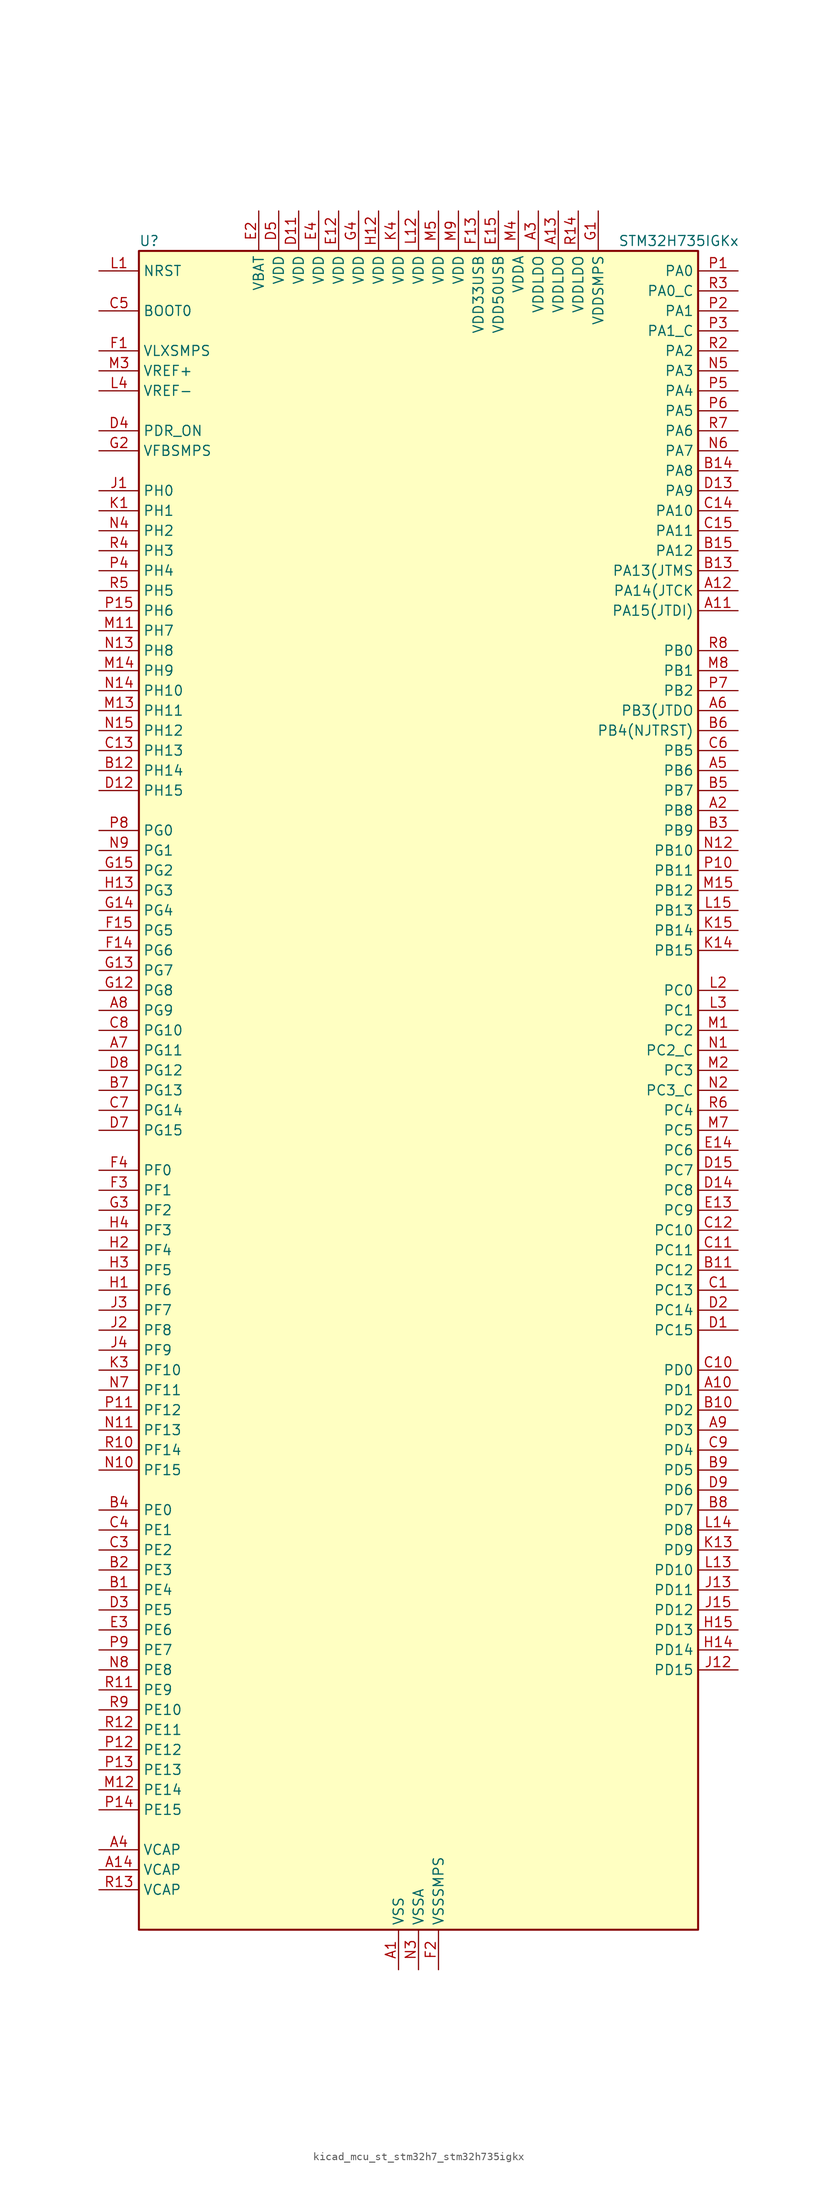
<source format=kicad_sym>
(kicad_symbol_lib
  (version 20220914)
  (generator kicad_symbol_editor)
  (symbol "kicad_mcu_st_stm32h7_stm32h735igkx"
    (property "Reference" "U"
      (at -35.56 107.95 0)
      (effects (font (size 1.27 1.27)) (justify left)))
    (property "Value" "STM32H735IGKx"
      (at 25.4 107.95 0)
      (effects (font (size 1.27 1.27)) (justify left)))
    (property "ki_locked" ""
      (at 0 0 0)
      (effects (font (size 1.27 1.27))))
    (symbol "kicad_mcu_st_stm32h7_stm32h735igkx_0_1"
      (rectangle (start -35.56 -106.68) (end 35.56 106.68) (stroke (width 0.254) (type default)) (fill (type background))))
    (symbol "kicad_mcu_st_stm32h7_stm32h735igkx_1_1"
      (pin power_in line (at -2.54 -111.76 90) (length 5.08) (name "VSS" (effects (font (size 1.27 1.27)))) (number "A1" (effects (font (size 1.27 1.27)))))
      (pin bidirectional line (at 40.64 -38.1 180) (length 5.08) (name "PD1" (effects (font (size 1.27 1.27)))) (number "A10" (effects (font (size 1.27 1.27)))) (alternate "DFSDM1_DATIN6" bidirectional line) (alternate "FDCAN1_TX" bidirectional line) (alternate "FMC_D3" bidirectional line) (alternate "FMC_DA3" bidirectional line) (alternate "UART4_TX" bidirectional line))
      (pin bidirectional line (at 40.64 60.96 180) (length 5.08) (name "PA15(JTDI)" (effects (font (size 1.27 1.27)))) (number "A11" (effects (font (size 1.27 1.27)))) (alternate "ADC1_EXTI15" bidirectional line) (alternate "ADC2_EXTI15" bidirectional line) (alternate "ADC3_EXTI15" bidirectional line) (alternate "CEC" bidirectional line) (alternate "DEBUG_JTDI" bidirectional line) (alternate "I2S1_WS" bidirectional line) (alternate "I2S3_WS" bidirectional line) (alternate "I2S6_WS" bidirectional line) (alternate "LTDC_B6" bidirectional line) (alternate "LTDC_R3" bidirectional line) (alternate "SPI1_NSS" bidirectional line) (alternate "SPI3_NSS" bidirectional line) (alternate "SPI6_NSS" bidirectional line) (alternate "TIM2_CH1" bidirectional line) (alternate "TIM2_ETR" bidirectional line) (alternate "UART4_DE" bidirectional line) (alternate "UART4_RTS" bidirectional line) (alternate "UART7_TX" bidirectional line))
      (pin bidirectional line (at 40.64 63.5 180) (length 5.08) (name "PA14(JTCK" (effects (font (size 1.27 1.27)))) (number "A12" (effects (font (size 1.27 1.27)))) (alternate "DEBUG_JTCK-SWCLK" bidirectional line))
      (pin power_in line (at 17.78 111.76 270) (length 5.08) (name "VDDLDO" (effects (font (size 1.27 1.27)))) (number "A13" (effects (font (size 1.27 1.27)))))
      (pin power_out line (at -40.64 -99.06 0) (length 5.08) (name "VCAP" (effects (font (size 1.27 1.27)))) (number "A14" (effects (font (size 1.27 1.27)))))
      (pin passive line (at -2.54 -111.76 90) (length 5.08) hide (name "VSS" (effects (font (size 1.27 1.27)))) (number "A15" (effects (font (size 1.27 1.27)))))
      (pin bidirectional line (at 40.64 35.56 180) (length 5.08) (name "PB8" (effects (font (size 1.27 1.27)))) (number "A2" (effects (font (size 1.27 1.27)))) (alternate "DCMI_D6" bidirectional line) (alternate "DFSDM1_CKIN7" bidirectional line) (alternate "ETH_TXD3" bidirectional line) (alternate "FDCAN1_RX" bidirectional line) (alternate "I2C1_SCL" bidirectional line) (alternate "I2C4_SCL" bidirectional line) (alternate "LTDC_B6" bidirectional line) (alternate "PSSI_D6" bidirectional line) (alternate "SDMMC1_CKIN" bidirectional line) (alternate "SDMMC1_D4" bidirectional line) (alternate "SDMMC2_D4" bidirectional line) (alternate "TIM16_CH1" bidirectional line) (alternate "TIM4_CH3" bidirectional line) (alternate "UART4_RX" bidirectional line))
      (pin power_in line (at 15.24 111.76 270) (length 5.08) (name "VDDLDO" (effects (font (size 1.27 1.27)))) (number "A3" (effects (font (size 1.27 1.27)))))
      (pin power_out line (at -40.64 -96.52 0) (length 5.08) (name "VCAP" (effects (font (size 1.27 1.27)))) (number "A4" (effects (font (size 1.27 1.27)))))
      (pin bidirectional line (at 40.64 40.64 180) (length 5.08) (name "PB6" (effects (font (size 1.27 1.27)))) (number "A5" (effects (font (size 1.27 1.27)))) (alternate "CEC" bidirectional line) (alternate "DCMI_D5" bidirectional line) (alternate "DFSDM1_DATIN5" bidirectional line) (alternate "FDCAN2_TX" bidirectional line) (alternate "FMC_SDNE1" bidirectional line) (alternate "I2C1_SCL" bidirectional line) (alternate "I2C4_SCL" bidirectional line) (alternate "LPUART1_TX" bidirectional line) (alternate "OCTOSPIM_P1_NCS" bidirectional line) (alternate "PSSI_D5" bidirectional line) (alternate "TIM16_CH1N" bidirectional line) (alternate "TIM4_CH1" bidirectional line) (alternate "UART5_TX" bidirectional line) (alternate "USART1_TX" bidirectional line))
      (pin bidirectional line (at 40.64 48.26 180) (length 5.08) (name "PB3(JTDO" (effects (font (size 1.27 1.27)))) (number "A6" (effects (font (size 1.27 1.27)))) (alternate "CRS_SYNC" bidirectional line) (alternate "DEBUG_JTDO-SWO" bidirectional line) (alternate "I2S1_CK" bidirectional line) (alternate "I2S3_CK" bidirectional line) (alternate "I2S6_CK" bidirectional line) (alternate "SDMMC2_D2" bidirectional line) (alternate "SPI1_SCK" bidirectional line) (alternate "SPI3_SCK" bidirectional line) (alternate "SPI6_SCK" bidirectional line) (alternate "TIM24_ETR" bidirectional line) (alternate "TIM2_CH2" bidirectional line) (alternate "UART7_RX" bidirectional line))
      (pin bidirectional line (at -40.64 5.08 0) (length 5.08) (name "PG11" (effects (font (size 1.27 1.27)))) (number "A7" (effects (font (size 1.27 1.27)))) (alternate "ADC1_EXTI11" bidirectional line) (alternate "ADC2_EXTI11" bidirectional line) (alternate "ADC3_EXTI11" bidirectional line) (alternate "DCMI_D3" bidirectional line) (alternate "ETH_TX_EN" bidirectional line) (alternate "I2S1_CK" bidirectional line) (alternate "LPTIM1_IN2" bidirectional line) (alternate "LTDC_B3" bidirectional line) (alternate "OCTOSPIM_P2_IO7" bidirectional line) (alternate "PSSI_D3" bidirectional line) (alternate "SDMMC2_D2" bidirectional line) (alternate "SPDIFRX1_IN0" bidirectional line) (alternate "SPI1_SCK" bidirectional line) (alternate "USART10_RX" bidirectional line))
      (pin bidirectional line (at -40.64 10.16 0) (length 5.08) (name "PG9" (effects (font (size 1.27 1.27)))) (number "A8" (effects (font (size 1.27 1.27)))) (alternate "DAC1_EXTI9" bidirectional line) (alternate "DCMI_VSYNC" bidirectional line) (alternate "FDCAN3_TX" bidirectional line) (alternate "FMC_NCE" bidirectional line) (alternate "FMC_NE2" bidirectional line) (alternate "I2S1_SDI" bidirectional line) (alternate "OCTOSPIM_P1_IO6" bidirectional line) (alternate "PSSI_RDY" bidirectional line) (alternate "SAI4_FS_B" bidirectional line) (alternate "SDMMC2_D0" bidirectional line) (alternate "SPDIFRX1_IN3" bidirectional line) (alternate "SPI1_MISO" bidirectional line) (alternate "USART6_RX" bidirectional line))
      (pin bidirectional line (at 40.64 -43.18 180) (length 5.08) (name "PD3" (effects (font (size 1.27 1.27)))) (number "A9" (effects (font (size 1.27 1.27)))) (alternate "DCMI_D5" bidirectional line) (alternate "DFSDM1_CKOUT" bidirectional line) (alternate "FMC_CLK" bidirectional line) (alternate "I2S2_CK" bidirectional line) (alternate "LTDC_G7" bidirectional line) (alternate "PSSI_D5" bidirectional line) (alternate "SPI2_SCK" bidirectional line) (alternate "USART2_CTS" bidirectional line) (alternate "USART2_NSS" bidirectional line))
      (pin bidirectional line (at -40.64 -63.5 0) (length 5.08) (name "PE4" (effects (font (size 1.27 1.27)))) (number "B1" (effects (font (size 1.27 1.27)))) (alternate "DCMI_D4" bidirectional line) (alternate "DEBUG_TRACED1" bidirectional line) (alternate "DFSDM1_DATIN3" bidirectional line) (alternate "FMC_A20" bidirectional line) (alternate "LTDC_B0" bidirectional line) (alternate "PSSI_D4" bidirectional line) (alternate "SAI1_D2" bidirectional line) (alternate "SAI1_FS_A" bidirectional line) (alternate "SAI4_D2" bidirectional line) (alternate "SAI4_FS_A" bidirectional line) (alternate "SPI4_NSS" bidirectional line) (alternate "TIM15_CH1N" bidirectional line))
      (pin bidirectional line (at 40.64 -40.64 180) (length 5.08) (name "PD2" (effects (font (size 1.27 1.27)))) (number "B10" (effects (font (size 1.27 1.27)))) (alternate "DCMI_D11" bidirectional line) (alternate "DEBUG_TRACED2" bidirectional line) (alternate "FMC_D7" bidirectional line) (alternate "FMC_DA7" bidirectional line) (alternate "LTDC_B2" bidirectional line) (alternate "LTDC_B7" bidirectional line) (alternate "PSSI_D11" bidirectional line) (alternate "SDMMC1_CMD" bidirectional line) (alternate "TIM15_BKIN" bidirectional line) (alternate "TIM3_ETR" bidirectional line) (alternate "UART5_RX" bidirectional line))
      (pin bidirectional line (at 40.64 -22.86 180) (length 5.08) (name "PC12" (effects (font (size 1.27 1.27)))) (number "B11" (effects (font (size 1.27 1.27)))) (alternate "DCMI_D9" bidirectional line) (alternate "DEBUG_TRACED3" bidirectional line) (alternate "FMC_D6" bidirectional line) (alternate "FMC_DA6" bidirectional line) (alternate "I2C5_SMBA" bidirectional line) (alternate "I2S3_SDO" bidirectional line) (alternate "I2S6_CK" bidirectional line) (alternate "LTDC_R6" bidirectional line) (alternate "PSSI_D9" bidirectional line) (alternate "SDMMC1_CK" bidirectional line) (alternate "SPI3_MOSI" bidirectional line) (alternate "SPI6_SCK" bidirectional line) (alternate "TIM15_CH1" bidirectional line) (alternate "UART5_TX" bidirectional line) (alternate "USART3_CK" bidirectional line))
      (pin bidirectional line (at -40.64 40.64 0) (length 5.08) (name "PH14" (effects (font (size 1.27 1.27)))) (number "B12" (effects (font (size 1.27 1.27)))) (alternate "DCMI_D4" bidirectional line) (alternate "FDCAN1_RX" bidirectional line) (alternate "FMC_D22" bidirectional line) (alternate "LTDC_G3" bidirectional line) (alternate "PSSI_D4" bidirectional line) (alternate "TIM8_CH2N" bidirectional line) (alternate "UART4_RX" bidirectional line))
      (pin bidirectional line (at 40.64 66.04 180) (length 5.08) (name "PA13(JTMS" (effects (font (size 1.27 1.27)))) (number "B13" (effects (font (size 1.27 1.27)))) (alternate "DEBUG_JTMS-SWDIO" bidirectional line))
      (pin bidirectional line (at 40.64 78.74 180) (length 5.08) (name "PA8" (effects (font (size 1.27 1.27)))) (number "B14" (effects (font (size 1.27 1.27)))) (alternate "I2C3_SCL" bidirectional line) (alternate "I2C5_SCL" bidirectional line) (alternate "LTDC_B3" bidirectional line) (alternate "LTDC_R6" bidirectional line) (alternate "RCC_MCO_1" bidirectional line) (alternate "TIM1_CH1" bidirectional line) (alternate "TIM8_BKIN2" bidirectional line) (alternate "TIM8_BKIN2_COMP1" bidirectional line) (alternate "TIM8_BKIN2_COMP2" bidirectional line) (alternate "UART7_RX" bidirectional line) (alternate "USART1_CK" bidirectional line) (alternate "USB_OTG_HS_SOF" bidirectional line))
      (pin bidirectional line (at 40.64 68.58 180) (length 5.08) (name "PA12" (effects (font (size 1.27 1.27)))) (number "B15" (effects (font (size 1.27 1.27)))) (alternate "FDCAN1_TX" bidirectional line) (alternate "I2S2_CK" bidirectional line) (alternate "LPUART1_DE" bidirectional line) (alternate "LPUART1_RTS" bidirectional line) (alternate "LTDC_R5" bidirectional line) (alternate "SAI4_FS_B" bidirectional line) (alternate "SPI2_SCK" bidirectional line) (alternate "TIM1_BKIN2" bidirectional line) (alternate "TIM1_ETR" bidirectional line) (alternate "UART4_TX" bidirectional line) (alternate "USART1_DE" bidirectional line) (alternate "USART1_RTS" bidirectional line) (alternate "USB_OTG_HS_DP" bidirectional line))
      (pin bidirectional line (at -40.64 -60.96 0) (length 5.08) (name "PE3" (effects (font (size 1.27 1.27)))) (number "B2" (effects (font (size 1.27 1.27)))) (alternate "DEBUG_TRACED0" bidirectional line) (alternate "FMC_A19" bidirectional line) (alternate "SAI1_SD_B" bidirectional line) (alternate "SAI4_SD_B" bidirectional line) (alternate "TIM15_BKIN" bidirectional line) (alternate "USART10_TX" bidirectional line))
      (pin bidirectional line (at 40.64 33.02 180) (length 5.08) (name "PB9" (effects (font (size 1.27 1.27)))) (number "B3" (effects (font (size 1.27 1.27)))) (alternate "DAC1_EXTI9" bidirectional line) (alternate "DCMI_D7" bidirectional line) (alternate "DFSDM1_DATIN7" bidirectional line) (alternate "FDCAN1_TX" bidirectional line) (alternate "I2C1_SDA" bidirectional line) (alternate "I2C4_SDA" bidirectional line) (alternate "I2C4_SMBA" bidirectional line) (alternate "I2S2_WS" bidirectional line) (alternate "LTDC_B7" bidirectional line) (alternate "PSSI_D7" bidirectional line) (alternate "SDMMC1_CDIR" bidirectional line) (alternate "SDMMC1_D5" bidirectional line) (alternate "SDMMC2_D5" bidirectional line) (alternate "SPI2_NSS" bidirectional line) (alternate "TIM17_CH1" bidirectional line) (alternate "TIM4_CH4" bidirectional line) (alternate "UART4_TX" bidirectional line))
      (pin bidirectional line (at -40.64 -53.34 0) (length 5.08) (name "PE0" (effects (font (size 1.27 1.27)))) (number "B4" (effects (font (size 1.27 1.27)))) (alternate "DCMI_D2" bidirectional line) (alternate "FMC_NBL0" bidirectional line) (alternate "LPTIM1_ETR" bidirectional line) (alternate "LPTIM2_ETR" bidirectional line) (alternate "LTDC_R0" bidirectional line) (alternate "PSSI_D2" bidirectional line) (alternate "SAI4_MCLK_A" bidirectional line) (alternate "TIM4_ETR" bidirectional line) (alternate "UART8_RX" bidirectional line))
      (pin bidirectional line (at 40.64 38.1 180) (length 5.08) (name "PB7" (effects (font (size 1.27 1.27)))) (number "B5" (effects (font (size 1.27 1.27)))) (alternate "DCMI_VSYNC" bidirectional line) (alternate "DFSDM1_CKIN5" bidirectional line) (alternate "FMC_NL" bidirectional line) (alternate "I2C1_SDA" bidirectional line) (alternate "I2C4_SDA" bidirectional line) (alternate "LPUART1_RX" bidirectional line) (alternate "PSSI_RDY" bidirectional line) (alternate "PWR_PVD_IN" bidirectional line) (alternate "TIM17_CH1N" bidirectional line) (alternate "TIM4_CH2" bidirectional line) (alternate "USART1_RX" bidirectional line))
      (pin bidirectional line (at 40.64 45.72 180) (length 5.08) (name "PB4(NJTRST)" (effects (font (size 1.27 1.27)))) (number "B6" (effects (font (size 1.27 1.27)))) (alternate "DEBUG_JTRST" bidirectional line) (alternate "I2S1_SDI" bidirectional line) (alternate "I2S2_WS" bidirectional line) (alternate "I2S3_SDI" bidirectional line) (alternate "I2S6_SDI" bidirectional line) (alternate "SDMMC2_D3" bidirectional line) (alternate "SPI1_MISO" bidirectional line) (alternate "SPI2_NSS" bidirectional line) (alternate "SPI3_MISO" bidirectional line) (alternate "SPI6_MISO" bidirectional line) (alternate "TIM16_BKIN" bidirectional line) (alternate "TIM3_CH1" bidirectional line) (alternate "UART7_TX" bidirectional line))
      (pin bidirectional line (at -40.64 0 0) (length 5.08) (name "PG13" (effects (font (size 1.27 1.27)))) (number "B7" (effects (font (size 1.27 1.27)))) (alternate "DEBUG_TRACED0" bidirectional line) (alternate "ETH_TXD0" bidirectional line) (alternate "FMC_A24" bidirectional line) (alternate "I2S6_CK" bidirectional line) (alternate "LPTIM1_OUT" bidirectional line) (alternate "LTDC_R0" bidirectional line) (alternate "SDMMC2_D6" bidirectional line) (alternate "SPI6_SCK" bidirectional line) (alternate "TIM23_CH2" bidirectional line) (alternate "USART10_CTS" bidirectional line) (alternate "USART10_NSS" bidirectional line) (alternate "USART6_CTS" bidirectional line) (alternate "USART6_NSS" bidirectional line))
      (pin bidirectional line (at 40.64 -53.34 180) (length 5.08) (name "PD7" (effects (font (size 1.27 1.27)))) (number "B8" (effects (font (size 1.27 1.27)))) (alternate "DFSDM1_CKIN1" bidirectional line) (alternate "DFSDM1_DATIN4" bidirectional line) (alternate "FMC_NE1" bidirectional line) (alternate "I2S1_SDO" bidirectional line) (alternate "OCTOSPIM_P1_IO7" bidirectional line) (alternate "SDMMC2_CMD" bidirectional line) (alternate "SPDIFRX1_IN0" bidirectional line) (alternate "SPI1_MOSI" bidirectional line) (alternate "USART2_CK" bidirectional line))
      (pin bidirectional line (at 40.64 -48.26 180) (length 5.08) (name "PD5" (effects (font (size 1.27 1.27)))) (number "B9" (effects (font (size 1.27 1.27)))) (alternate "FMC_NWE" bidirectional line) (alternate "OCTOSPIM_P1_IO5" bidirectional line) (alternate "USART2_TX" bidirectional line))
      (pin bidirectional line (at 40.64 -25.4 180) (length 5.08) (name "PC13" (effects (font (size 1.27 1.27)))) (number "C1" (effects (font (size 1.27 1.27)))) (alternate "PWR_WKUP4" bidirectional line) (alternate "RTC_OUT_ALARM" bidirectional line) (alternate "RTC_OUT_CALIB" bidirectional line) (alternate "RTC_TAMP1" bidirectional line) (alternate "RTC_TS" bidirectional line))
      (pin bidirectional line (at 40.64 -35.56 180) (length 5.08) (name "PD0" (effects (font (size 1.27 1.27)))) (number "C10" (effects (font (size 1.27 1.27)))) (alternate "DFSDM1_CKIN6" bidirectional line) (alternate "FDCAN1_RX" bidirectional line) (alternate "FMC_D2" bidirectional line) (alternate "FMC_DA2" bidirectional line) (alternate "LTDC_B1" bidirectional line) (alternate "UART4_RX" bidirectional line) (alternate "UART9_CTS" bidirectional line))
      (pin bidirectional line (at 40.64 -20.32 180) (length 5.08) (name "PC11" (effects (font (size 1.27 1.27)))) (number "C11" (effects (font (size 1.27 1.27)))) (alternate "ADC1_EXTI11" bidirectional line) (alternate "ADC2_EXTI11" bidirectional line) (alternate "ADC3_EXTI11" bidirectional line) (alternate "DCMI_D4" bidirectional line) (alternate "DFSDM1_DATIN5" bidirectional line) (alternate "I2C5_SCL" bidirectional line) (alternate "I2S3_SDI" bidirectional line) (alternate "LTDC_B4" bidirectional line) (alternate "OCTOSPIM_P1_NCS" bidirectional line) (alternate "PSSI_D4" bidirectional line) (alternate "SDMMC1_D3" bidirectional line) (alternate "SPI3_MISO" bidirectional line) (alternate "UART4_RX" bidirectional line) (alternate "USART3_RX" bidirectional line))
      (pin bidirectional line (at 40.64 -17.78 180) (length 5.08) (name "PC10" (effects (font (size 1.27 1.27)))) (number "C12" (effects (font (size 1.27 1.27)))) (alternate "DCMI_D8" bidirectional line) (alternate "DFSDM1_CKIN5" bidirectional line) (alternate "I2C5_SDA" bidirectional line) (alternate "I2S3_CK" bidirectional line) (alternate "LTDC_B1" bidirectional line) (alternate "LTDC_R2" bidirectional line) (alternate "OCTOSPIM_P1_IO1" bidirectional line) (alternate "PSSI_D8" bidirectional line) (alternate "SDMMC1_D2" bidirectional line) (alternate "SPI3_SCK" bidirectional line) (alternate "SWPMI1_RX" bidirectional line) (alternate "UART4_TX" bidirectional line) (alternate "USART3_TX" bidirectional line))
      (pin bidirectional line (at -40.64 43.18 0) (length 5.08) (name "PH13" (effects (font (size 1.27 1.27)))) (number "C13" (effects (font (size 1.27 1.27)))) (alternate "FDCAN1_TX" bidirectional line) (alternate "FMC_D21" bidirectional line) (alternate "LTDC_G2" bidirectional line) (alternate "TIM8_CH1N" bidirectional line) (alternate "UART4_TX" bidirectional line))
      (pin bidirectional line (at 40.64 73.66 180) (length 5.08) (name "PA10" (effects (font (size 1.27 1.27)))) (number "C14" (effects (font (size 1.27 1.27)))) (alternate "DCMI_D1" bidirectional line) (alternate "LPUART1_RX" bidirectional line) (alternate "LTDC_B1" bidirectional line) (alternate "LTDC_B4" bidirectional line) (alternate "MDIOS_MDIO" bidirectional line) (alternate "PSSI_D1" bidirectional line) (alternate "TIM1_CH3" bidirectional line) (alternate "USART1_RX" bidirectional line) (alternate "USB_OTG_HS_ID" bidirectional line))
      (pin bidirectional line (at 40.64 71.12 180) (length 5.08) (name "PA11" (effects (font (size 1.27 1.27)))) (number "C15" (effects (font (size 1.27 1.27)))) (alternate "ADC1_EXTI11" bidirectional line) (alternate "ADC2_EXTI11" bidirectional line) (alternate "ADC3_EXTI11" bidirectional line) (alternate "FDCAN1_RX" bidirectional line) (alternate "I2S2_WS" bidirectional line) (alternate "LPUART1_CTS" bidirectional line) (alternate "LTDC_R4" bidirectional line) (alternate "SPI2_NSS" bidirectional line) (alternate "TIM1_CH4" bidirectional line) (alternate "UART4_RX" bidirectional line) (alternate "USART1_CTS" bidirectional line) (alternate "USART1_NSS" bidirectional line) (alternate "USB_OTG_HS_DM" bidirectional line))
      (pin passive line (at -2.54 -111.76 90) (length 5.08) hide (name "VSS" (effects (font (size 1.27 1.27)))) (number "C2" (effects (font (size 1.27 1.27)))))
      (pin bidirectional line (at -40.64 -58.42 0) (length 5.08) (name "PE2" (effects (font (size 1.27 1.27)))) (number "C3" (effects (font (size 1.27 1.27)))) (alternate "DEBUG_TRACECLK" bidirectional line) (alternate "ETH_TXD3" bidirectional line) (alternate "FMC_A23" bidirectional line) (alternate "OCTOSPIM_P1_IO2" bidirectional line) (alternate "SAI1_CK1" bidirectional line) (alternate "SAI1_MCLK_A" bidirectional line) (alternate "SAI4_CK1" bidirectional line) (alternate "SAI4_MCLK_A" bidirectional line) (alternate "SPI4_SCK" bidirectional line) (alternate "USART10_RX" bidirectional line))
      (pin bidirectional line (at -40.64 -55.88 0) (length 5.08) (name "PE1" (effects (font (size 1.27 1.27)))) (number "C4" (effects (font (size 1.27 1.27)))) (alternate "DCMI_D3" bidirectional line) (alternate "FMC_NBL1" bidirectional line) (alternate "LPTIM1_IN2" bidirectional line) (alternate "LTDC_R6" bidirectional line) (alternate "PSSI_D3" bidirectional line) (alternate "UART8_TX" bidirectional line))
      (pin input line (at -40.64 99.06 0) (length 5.08) (name "BOOT0" (effects (font (size 1.27 1.27)))) (number "C5" (effects (font (size 1.27 1.27)))))
      (pin bidirectional line (at 40.64 43.18 180) (length 5.08) (name "PB5" (effects (font (size 1.27 1.27)))) (number "C6" (effects (font (size 1.27 1.27)))) (alternate "DCMI_D10" bidirectional line) (alternate "ETH_PPS_OUT" bidirectional line) (alternate "FDCAN2_RX" bidirectional line) (alternate "FMC_SDCKE1" bidirectional line) (alternate "I2C1_SMBA" bidirectional line) (alternate "I2C4_SMBA" bidirectional line) (alternate "I2S1_SDO" bidirectional line) (alternate "I2S3_SDO" bidirectional line) (alternate "I2S6_SDO" bidirectional line) (alternate "LTDC_B5" bidirectional line) (alternate "PSSI_D10" bidirectional line) (alternate "SPI1_MOSI" bidirectional line) (alternate "SPI3_MOSI" bidirectional line) (alternate "SPI6_MOSI" bidirectional line) (alternate "TIM17_BKIN" bidirectional line) (alternate "TIM3_CH2" bidirectional line) (alternate "UART5_RX" bidirectional line) (alternate "USB_OTG_HS_ULPI_D7" bidirectional line))
      (pin bidirectional line (at -40.64 -2.54 0) (length 5.08) (name "PG14" (effects (font (size 1.27 1.27)))) (number "C7" (effects (font (size 1.27 1.27)))) (alternate "DEBUG_TRACED1" bidirectional line) (alternate "ETH_TXD1" bidirectional line) (alternate "FMC_A25" bidirectional line) (alternate "I2S6_SDO" bidirectional line) (alternate "LPTIM1_ETR" bidirectional line) (alternate "LTDC_B0" bidirectional line) (alternate "OCTOSPIM_P1_IO7" bidirectional line) (alternate "SDMMC2_D7" bidirectional line) (alternate "SPI6_MOSI" bidirectional line) (alternate "TIM23_CH3" bidirectional line) (alternate "USART10_DE" bidirectional line) (alternate "USART10_RTS" bidirectional line) (alternate "USART6_TX" bidirectional line))
      (pin bidirectional line (at -40.64 7.62 0) (length 5.08) (name "PG10" (effects (font (size 1.27 1.27)))) (number "C8" (effects (font (size 1.27 1.27)))) (alternate "DCMI_D2" bidirectional line) (alternate "FDCAN3_RX" bidirectional line) (alternate "FMC_NE3" bidirectional line) (alternate "I2S1_WS" bidirectional line) (alternate "LTDC_B2" bidirectional line) (alternate "LTDC_G3" bidirectional line) (alternate "OCTOSPIM_P2_IO6" bidirectional line) (alternate "PSSI_D2" bidirectional line) (alternate "SAI4_SD_B" bidirectional line) (alternate "SDMMC2_D1" bidirectional line) (alternate "SPI1_NSS" bidirectional line))
      (pin bidirectional line (at 40.64 -45.72 180) (length 5.08) (name "PD4" (effects (font (size 1.27 1.27)))) (number "C9" (effects (font (size 1.27 1.27)))) (alternate "FMC_NOE" bidirectional line) (alternate "OCTOSPIM_P1_IO4" bidirectional line) (alternate "USART2_DE" bidirectional line) (alternate "USART2_RTS" bidirectional line))
      (pin bidirectional line (at 40.64 -30.48 180) (length 5.08) (name "PC15" (effects (font (size 1.27 1.27)))) (number "D1" (effects (font (size 1.27 1.27)))) (alternate "ADC1_EXTI15" bidirectional line) (alternate "ADC2_EXTI15" bidirectional line) (alternate "ADC3_EXTI15" bidirectional line) (alternate "RCC_OSC32_OUT" bidirectional line))
      (pin passive line (at -2.54 -111.76 90) (length 5.08) hide (name "VSS" (effects (font (size 1.27 1.27)))) (number "D10" (effects (font (size 1.27 1.27)))))
      (pin power_in line (at -15.24 111.76 270) (length 5.08) (name "VDD" (effects (font (size 1.27 1.27)))) (number "D11" (effects (font (size 1.27 1.27)))))
      (pin bidirectional line (at -40.64 38.1 0) (length 5.08) (name "PH15" (effects (font (size 1.27 1.27)))) (number "D12" (effects (font (size 1.27 1.27)))) (alternate "ADC1_EXTI15" bidirectional line) (alternate "ADC2_EXTI15" bidirectional line) (alternate "ADC3_EXTI15" bidirectional line) (alternate "DCMI_D11" bidirectional line) (alternate "FMC_D23" bidirectional line) (alternate "LTDC_G4" bidirectional line) (alternate "PSSI_D11" bidirectional line) (alternate "TIM8_CH3N" bidirectional line))
      (pin bidirectional line (at 40.64 76.2 180) (length 5.08) (name "PA9" (effects (font (size 1.27 1.27)))) (number "D13" (effects (font (size 1.27 1.27)))) (alternate "DAC1_EXTI9" bidirectional line) (alternate "DCMI_D0" bidirectional line) (alternate "ETH_TX_ER" bidirectional line) (alternate "I2C3_SMBA" bidirectional line) (alternate "I2C5_SMBA" bidirectional line) (alternate "I2S2_CK" bidirectional line) (alternate "LPUART1_TX" bidirectional line) (alternate "LTDC_R5" bidirectional line) (alternate "PSSI_D0" bidirectional line) (alternate "SPI2_SCK" bidirectional line) (alternate "TIM1_CH2" bidirectional line) (alternate "USART1_TX" bidirectional line) (alternate "USB_OTG_HS_VBUS" bidirectional line))
      (pin bidirectional line (at 40.64 -12.7 180) (length 5.08) (name "PC8" (effects (font (size 1.27 1.27)))) (number "D14" (effects (font (size 1.27 1.27)))) (alternate "DCMI_D2" bidirectional line) (alternate "DEBUG_TRACED1" bidirectional line) (alternate "FMC_INT" bidirectional line) (alternate "FMC_NCE" bidirectional line) (alternate "FMC_NE2" bidirectional line) (alternate "PSSI_D2" bidirectional line) (alternate "SDMMC1_D0" bidirectional line) (alternate "SWPMI1_RX" bidirectional line) (alternate "TIM3_CH3" bidirectional line) (alternate "TIM8_CH3" bidirectional line) (alternate "UART5_DE" bidirectional line) (alternate "UART5_RTS" bidirectional line) (alternate "USART6_CK" bidirectional line))
      (pin bidirectional line (at 40.64 -10.16 180) (length 5.08) (name "PC7" (effects (font (size 1.27 1.27)))) (number "D15" (effects (font (size 1.27 1.27)))) (alternate "DCMI_D1" bidirectional line) (alternate "DEBUG_TRGIO" bidirectional line) (alternate "DFSDM1_DATIN3" bidirectional line) (alternate "FMC_NE1" bidirectional line) (alternate "I2S3_MCK" bidirectional line) (alternate "LTDC_G6" bidirectional line) (alternate "PSSI_D1" bidirectional line) (alternate "SDMMC1_D123DIR" bidirectional line) (alternate "SDMMC1_D7" bidirectional line) (alternate "SDMMC2_D7" bidirectional line) (alternate "SWPMI1_TX" bidirectional line) (alternate "TIM3_CH2" bidirectional line) (alternate "TIM8_CH2" bidirectional line) (alternate "USART6_RX" bidirectional line))
      (pin bidirectional line (at 40.64 -27.94 180) (length 5.08) (name "PC14" (effects (font (size 1.27 1.27)))) (number "D2" (effects (font (size 1.27 1.27)))) (alternate "RCC_OSC32_IN" bidirectional line))
      (pin bidirectional line (at -40.64 -66.04 0) (length 5.08) (name "PE5" (effects (font (size 1.27 1.27)))) (number "D3" (effects (font (size 1.27 1.27)))) (alternate "DCMI_D6" bidirectional line) (alternate "DEBUG_TRACED2" bidirectional line) (alternate "DFSDM1_CKIN3" bidirectional line) (alternate "FMC_A21" bidirectional line) (alternate "LTDC_G0" bidirectional line) (alternate "PSSI_D6" bidirectional line) (alternate "SAI1_CK2" bidirectional line) (alternate "SAI1_SCK_A" bidirectional line) (alternate "SAI4_CK2" bidirectional line) (alternate "SAI4_SCK_A" bidirectional line) (alternate "SPI4_MISO" bidirectional line) (alternate "TIM15_CH1" bidirectional line))
      (pin input line (at -40.64 83.82 0) (length 5.08) (name "PDR_ON" (effects (font (size 1.27 1.27)))) (number "D4" (effects (font (size 1.27 1.27)))))
      (pin power_in line (at -17.78 111.76 270) (length 5.08) (name "VDD" (effects (font (size 1.27 1.27)))) (number "D5" (effects (font (size 1.27 1.27)))))
      (pin passive line (at -2.54 -111.76 90) (length 5.08) hide (name "VSS" (effects (font (size 1.27 1.27)))) (number "D6" (effects (font (size 1.27 1.27)))))
      (pin bidirectional line (at -40.64 -5.08 0) (length 5.08) (name "PG15" (effects (font (size 1.27 1.27)))) (number "D7" (effects (font (size 1.27 1.27)))) (alternate "ADC1_EXTI15" bidirectional line) (alternate "ADC2_EXTI15" bidirectional line) (alternate "ADC3_EXTI15" bidirectional line) (alternate "DCMI_D13" bidirectional line) (alternate "FMC_SDNCAS" bidirectional line) (alternate "OCTOSPIM_P2_DQS" bidirectional line) (alternate "PSSI_D13" bidirectional line) (alternate "USART10_CK" bidirectional line) (alternate "USART6_CTS" bidirectional line) (alternate "USART6_NSS" bidirectional line))
      (pin bidirectional line (at -40.64 2.54 0) (length 5.08) (name "PG12" (effects (font (size 1.27 1.27)))) (number "D8" (effects (font (size 1.27 1.27)))) (alternate "ETH_TXD1" bidirectional line) (alternate "FMC_NE4" bidirectional line) (alternate "I2S6_SDI" bidirectional line) (alternate "LPTIM1_IN1" bidirectional line) (alternate "LTDC_B1" bidirectional line) (alternate "LTDC_B4" bidirectional line) (alternate "OCTOSPIM_P2_NCS" bidirectional line) (alternate "SDMMC2_D3" bidirectional line) (alternate "SPDIFRX1_IN1" bidirectional line) (alternate "SPI6_MISO" bidirectional line) (alternate "TIM23_CH1" bidirectional line) (alternate "USART10_TX" bidirectional line) (alternate "USART6_DE" bidirectional line) (alternate "USART6_RTS" bidirectional line))
      (pin bidirectional line (at 40.64 -50.8 180) (length 5.08) (name "PD6" (effects (font (size 1.27 1.27)))) (number "D9" (effects (font (size 1.27 1.27)))) (alternate "DCMI_D10" bidirectional line) (alternate "DFSDM1_CKIN4" bidirectional line) (alternate "DFSDM1_DATIN1" bidirectional line) (alternate "FMC_NWAIT" bidirectional line) (alternate "I2S3_SDO" bidirectional line) (alternate "LTDC_B2" bidirectional line) (alternate "OCTOSPIM_P1_IO6" bidirectional line) (alternate "PSSI_D10" bidirectional line) (alternate "SAI1_D1" bidirectional line) (alternate "SAI1_SD_A" bidirectional line) (alternate "SAI4_D1" bidirectional line) (alternate "SAI4_SD_A" bidirectional line) (alternate "SDMMC2_CK" bidirectional line) (alternate "SPI3_MOSI" bidirectional line) (alternate "USART2_RX" bidirectional line))
      (pin passive line (at -2.54 -111.76 90) (length 5.08) hide (name "VSS" (effects (font (size 1.27 1.27)))) (number "E1" (effects (font (size 1.27 1.27)))))
      (pin power_in line (at -10.16 111.76 270) (length 5.08) (name "VDD" (effects (font (size 1.27 1.27)))) (number "E12" (effects (font (size 1.27 1.27)))))
      (pin bidirectional line (at 40.64 -15.24 180) (length 5.08) (name "PC9" (effects (font (size 1.27 1.27)))) (number "E13" (effects (font (size 1.27 1.27)))) (alternate "DAC1_EXTI9" bidirectional line) (alternate "DCMI_D3" bidirectional line) (alternate "I2C3_SDA" bidirectional line) (alternate "I2C5_SDA" bidirectional line) (alternate "I2S_CKIN" bidirectional line) (alternate "LTDC_B2" bidirectional line) (alternate "LTDC_G3" bidirectional line) (alternate "OCTOSPIM_P1_IO0" bidirectional line) (alternate "PSSI_D3" bidirectional line) (alternate "RCC_MCO_2" bidirectional line) (alternate "SDMMC1_D1" bidirectional line) (alternate "SWPMI1_SUSPEND" bidirectional line) (alternate "TIM3_CH4" bidirectional line) (alternate "TIM8_CH4" bidirectional line) (alternate "UART5_CTS" bidirectional line))
      (pin bidirectional line (at 40.64 -7.62 180) (length 5.08) (name "PC6" (effects (font (size 1.27 1.27)))) (number "E14" (effects (font (size 1.27 1.27)))) (alternate "DCMI_D0" bidirectional line) (alternate "DFSDM1_CKIN3" bidirectional line) (alternate "FMC_NWAIT" bidirectional line) (alternate "I2S2_MCK" bidirectional line) (alternate "LTDC_HSYNC" bidirectional line) (alternate "PSSI_D0" bidirectional line) (alternate "SDMMC1_D0DIR" bidirectional line) (alternate "SDMMC1_D6" bidirectional line) (alternate "SDMMC2_D6" bidirectional line) (alternate "SWPMI1_IO" bidirectional line) (alternate "TIM3_CH1" bidirectional line) (alternate "TIM8_CH1" bidirectional line) (alternate "USART6_TX" bidirectional line))
      (pin power_in line (at 10.16 111.76 270) (length 5.08) (name "VDD50USB" (effects (font (size 1.27 1.27)))) (number "E15" (effects (font (size 1.27 1.27)))))
      (pin power_in line (at -20.32 111.76 270) (length 5.08) (name "VBAT" (effects (font (size 1.27 1.27)))) (number "E2" (effects (font (size 1.27 1.27)))))
      (pin bidirectional line (at -40.64 -68.58 0) (length 5.08) (name "PE6" (effects (font (size 1.27 1.27)))) (number "E3" (effects (font (size 1.27 1.27)))) (alternate "DCMI_D7" bidirectional line) (alternate "DEBUG_TRACED3" bidirectional line) (alternate "FMC_A22" bidirectional line) (alternate "LTDC_G1" bidirectional line) (alternate "PSSI_D7" bidirectional line) (alternate "SAI1_D1" bidirectional line) (alternate "SAI1_SD_A" bidirectional line) (alternate "SAI4_D1" bidirectional line) (alternate "SAI4_MCLK_B" bidirectional line) (alternate "SAI4_SD_A" bidirectional line) (alternate "SPI4_MOSI" bidirectional line) (alternate "TIM15_CH2" bidirectional line) (alternate "TIM1_BKIN2" bidirectional line) (alternate "TIM1_BKIN2_COMP1" bidirectional line) (alternate "TIM1_BKIN2_COMP2" bidirectional line))
      (pin power_in line (at -12.7 111.76 270) (length 5.08) (name "VDD" (effects (font (size 1.27 1.27)))) (number "E4" (effects (font (size 1.27 1.27)))))
      (pin power_in line (at -40.64 93.98 0) (length 5.08) (name "VLXSMPS" (effects (font (size 1.27 1.27)))) (number "F1" (effects (font (size 1.27 1.27)))))
      (pin passive line (at -2.54 -111.76 90) (length 5.08) hide (name "VSS" (effects (font (size 1.27 1.27)))) (number "F10" (effects (font (size 1.27 1.27)))))
      (pin passive line (at -2.54 -111.76 90) (length 5.08) hide (name "VSS" (effects (font (size 1.27 1.27)))) (number "F12" (effects (font (size 1.27 1.27)))))
      (pin power_in line (at 7.62 111.76 270) (length 5.08) (name "VDD33USB" (effects (font (size 1.27 1.27)))) (number "F13" (effects (font (size 1.27 1.27)))))
      (pin bidirectional line (at -40.64 17.78 0) (length 5.08) (name "PG6" (effects (font (size 1.27 1.27)))) (number "F14" (effects (font (size 1.27 1.27)))) (alternate "DCMI_D12" bidirectional line) (alternate "FMC_NE3" bidirectional line) (alternate "LTDC_R7" bidirectional line) (alternate "OCTOSPIM_P1_NCS" bidirectional line) (alternate "PSSI_D12" bidirectional line) (alternate "TIM17_BKIN" bidirectional line))
      (pin bidirectional line (at -40.64 20.32 0) (length 5.08) (name "PG5" (effects (font (size 1.27 1.27)))) (number "F15" (effects (font (size 1.27 1.27)))) (alternate "FMC_A15" bidirectional line) (alternate "FMC_BA1" bidirectional line) (alternate "TIM1_ETR" bidirectional line))
      (pin power_in line (at 2.54 -111.76 90) (length 5.08) (name "VSSSMPS" (effects (font (size 1.27 1.27)))) (number "F2" (effects (font (size 1.27 1.27)))))
      (pin bidirectional line (at -40.64 -12.7 0) (length 5.08) (name "PF1" (effects (font (size 1.27 1.27)))) (number "F3" (effects (font (size 1.27 1.27)))) (alternate "FMC_A1" bidirectional line) (alternate "I2C2_SCL" bidirectional line) (alternate "I2C5_SCL" bidirectional line) (alternate "OCTOSPIM_P2_IO1" bidirectional line) (alternate "TIM23_CH2" bidirectional line))
      (pin bidirectional line (at -40.64 -10.16 0) (length 5.08) (name "PF0" (effects (font (size 1.27 1.27)))) (number "F4" (effects (font (size 1.27 1.27)))) (alternate "FMC_A0" bidirectional line) (alternate "I2C2_SDA" bidirectional line) (alternate "I2C5_SDA" bidirectional line) (alternate "OCTOSPIM_P2_IO0" bidirectional line) (alternate "TIM23_CH1" bidirectional line))
      (pin passive line (at -2.54 -111.76 90) (length 5.08) hide (name "VSS" (effects (font (size 1.27 1.27)))) (number "F6" (effects (font (size 1.27 1.27)))))
      (pin passive line (at -2.54 -111.76 90) (length 5.08) hide (name "VSS" (effects (font (size 1.27 1.27)))) (number "F7" (effects (font (size 1.27 1.27)))))
      (pin passive line (at -2.54 -111.76 90) (length 5.08) hide (name "VSS" (effects (font (size 1.27 1.27)))) (number "F8" (effects (font (size 1.27 1.27)))))
      (pin passive line (at -2.54 -111.76 90) (length 5.08) hide (name "VSS" (effects (font (size 1.27 1.27)))) (number "F9" (effects (font (size 1.27 1.27)))))
      (pin power_in line (at 22.86 111.76 270) (length 5.08) (name "VDDSMPS" (effects (font (size 1.27 1.27)))) (number "G1" (effects (font (size 1.27 1.27)))))
      (pin passive line (at -2.54 -111.76 90) (length 5.08) hide (name "VSS" (effects (font (size 1.27 1.27)))) (number "G10" (effects (font (size 1.27 1.27)))))
      (pin bidirectional line (at -40.64 12.7 0) (length 5.08) (name "PG8" (effects (font (size 1.27 1.27)))) (number "G12" (effects (font (size 1.27 1.27)))) (alternate "ETH_PPS_OUT" bidirectional line) (alternate "FMC_SDCLK" bidirectional line) (alternate "I2S6_WS" bidirectional line) (alternate "LTDC_G7" bidirectional line) (alternate "SPDIFRX1_IN2" bidirectional line) (alternate "SPI6_NSS" bidirectional line) (alternate "TIM8_ETR" bidirectional line) (alternate "USART6_DE" bidirectional line) (alternate "USART6_RTS" bidirectional line))
      (pin bidirectional line (at -40.64 15.24 0) (length 5.08) (name "PG7" (effects (font (size 1.27 1.27)))) (number "G13" (effects (font (size 1.27 1.27)))) (alternate "DCMI_D13" bidirectional line) (alternate "FMC_INT" bidirectional line) (alternate "LTDC_CLK" bidirectional line) (alternate "OCTOSPIM_P2_DQS" bidirectional line) (alternate "PSSI_D13" bidirectional line) (alternate "SAI1_MCLK_A" bidirectional line) (alternate "USART6_CK" bidirectional line))
      (pin bidirectional line (at -40.64 22.86 0) (length 5.08) (name "PG4" (effects (font (size 1.27 1.27)))) (number "G14" (effects (font (size 1.27 1.27)))) (alternate "FMC_A14" bidirectional line) (alternate "FMC_BA0" bidirectional line) (alternate "TIM1_BKIN2" bidirectional line) (alternate "TIM1_BKIN2_COMP1" bidirectional line) (alternate "TIM1_BKIN2_COMP2" bidirectional line))
      (pin bidirectional line (at -40.64 27.94 0) (length 5.08) (name "PG2" (effects (font (size 1.27 1.27)))) (number "G15" (effects (font (size 1.27 1.27)))) (alternate "FMC_A12" bidirectional line) (alternate "TIM24_ETR" bidirectional line) (alternate "TIM8_BKIN" bidirectional line) (alternate "TIM8_BKIN_COMP1" bidirectional line) (alternate "TIM8_BKIN_COMP2" bidirectional line))
      (pin input line (at -40.64 81.28 0) (length 5.08) (name "VFBSMPS" (effects (font (size 1.27 1.27)))) (number "G2" (effects (font (size 1.27 1.27)))))
      (pin bidirectional line (at -40.64 -15.24 0) (length 5.08) (name "PF2" (effects (font (size 1.27 1.27)))) (number "G3" (effects (font (size 1.27 1.27)))) (alternate "FMC_A2" bidirectional line) (alternate "I2C2_SMBA" bidirectional line) (alternate "I2C5_SMBA" bidirectional line) (alternate "OCTOSPIM_P2_IO2" bidirectional line) (alternate "TIM23_CH3" bidirectional line))
      (pin power_in line (at -7.62 111.76 270) (length 5.08) (name "VDD" (effects (font (size 1.27 1.27)))) (number "G4" (effects (font (size 1.27 1.27)))))
      (pin passive line (at -2.54 -111.76 90) (length 5.08) hide (name "VSS" (effects (font (size 1.27 1.27)))) (number "G6" (effects (font (size 1.27 1.27)))))
      (pin passive line (at -2.54 -111.76 90) (length 5.08) hide (name "VSS" (effects (font (size 1.27 1.27)))) (number "G7" (effects (font (size 1.27 1.27)))))
      (pin passive line (at -2.54 -111.76 90) (length 5.08) hide (name "VSS" (effects (font (size 1.27 1.27)))) (number "G8" (effects (font (size 1.27 1.27)))))
      (pin passive line (at -2.54 -111.76 90) (length 5.08) hide (name "VSS" (effects (font (size 1.27 1.27)))) (number "G9" (effects (font (size 1.27 1.27)))))
      (pin bidirectional line (at -40.64 -25.4 0) (length 5.08) (name "PF6" (effects (font (size 1.27 1.27)))) (number "H1" (effects (font (size 1.27 1.27)))) (alternate "ADC3_INN4" bidirectional line) (alternate "ADC3_INP8" bidirectional line) (alternate "FDCAN3_RX" bidirectional line) (alternate "OCTOSPIM_P1_IO3" bidirectional line) (alternate "SAI1_SD_B" bidirectional line) (alternate "SAI4_SD_B" bidirectional line) (alternate "SPI5_NSS" bidirectional line) (alternate "TIM16_CH1" bidirectional line) (alternate "TIM23_CH1" bidirectional line) (alternate "UART7_RX" bidirectional line))
      (pin passive line (at -2.54 -111.76 90) (length 5.08) hide (name "VSS" (effects (font (size 1.27 1.27)))) (number "H10" (effects (font (size 1.27 1.27)))))
      (pin power_in line (at -5.08 111.76 270) (length 5.08) (name "VDD" (effects (font (size 1.27 1.27)))) (number "H12" (effects (font (size 1.27 1.27)))))
      (pin bidirectional line (at -40.64 25.4 0) (length 5.08) (name "PG3" (effects (font (size 1.27 1.27)))) (number "H13" (effects (font (size 1.27 1.27)))) (alternate "FMC_A13" bidirectional line) (alternate "TIM23_ETR" bidirectional line) (alternate "TIM8_BKIN2" bidirectional line) (alternate "TIM8_BKIN2_COMP1" bidirectional line) (alternate "TIM8_BKIN2_COMP2" bidirectional line))
      (pin bidirectional line (at 40.64 -71.12 180) (length 5.08) (name "PD14" (effects (font (size 1.27 1.27)))) (number "H14" (effects (font (size 1.27 1.27)))) (alternate "FMC_D0" bidirectional line) (alternate "FMC_DA0" bidirectional line) (alternate "TIM4_CH3" bidirectional line) (alternate "UART8_CTS" bidirectional line) (alternate "UART9_RX" bidirectional line))
      (pin bidirectional line (at 40.64 -68.58 180) (length 5.08) (name "PD13" (effects (font (size 1.27 1.27)))) (number "H15" (effects (font (size 1.27 1.27)))) (alternate "DCMI_D13" bidirectional line) (alternate "FDCAN3_TX" bidirectional line) (alternate "FMC_A18" bidirectional line) (alternate "I2C4_SDA" bidirectional line) (alternate "LPTIM1_OUT" bidirectional line) (alternate "OCTOSPIM_P1_IO3" bidirectional line) (alternate "PSSI_D13" bidirectional line) (alternate "SAI4_SCK_A" bidirectional line) (alternate "TIM4_CH2" bidirectional line) (alternate "UART9_DE" bidirectional line) (alternate "UART9_RTS" bidirectional line))
      (pin bidirectional line (at -40.64 -20.32 0) (length 5.08) (name "PF4" (effects (font (size 1.27 1.27)))) (number "H2" (effects (font (size 1.27 1.27)))) (alternate "ADC3_INN5" bidirectional line) (alternate "ADC3_INP9" bidirectional line) (alternate "FMC_A4" bidirectional line) (alternate "OCTOSPIM_P2_CLK" bidirectional line))
      (pin bidirectional line (at -40.64 -22.86 0) (length 5.08) (name "PF5" (effects (font (size 1.27 1.27)))) (number "H3" (effects (font (size 1.27 1.27)))) (alternate "ADC3_INP4" bidirectional line) (alternate "FMC_A5" bidirectional line) (alternate "OCTOSPIM_P2_NCLK" bidirectional line))
      (pin bidirectional line (at -40.64 -17.78 0) (length 5.08) (name "PF3" (effects (font (size 1.27 1.27)))) (number "H4" (effects (font (size 1.27 1.27)))) (alternate "ADC3_INP5" bidirectional line) (alternate "FMC_A3" bidirectional line) (alternate "OCTOSPIM_P2_IO3" bidirectional line) (alternate "TIM23_CH4" bidirectional line))
      (pin passive line (at -2.54 -111.76 90) (length 5.08) hide (name "VSS" (effects (font (size 1.27 1.27)))) (number "H6" (effects (font (size 1.27 1.27)))))
      (pin passive line (at -2.54 -111.76 90) (length 5.08) hide (name "VSS" (effects (font (size 1.27 1.27)))) (number "H7" (effects (font (size 1.27 1.27)))))
      (pin passive line (at -2.54 -111.76 90) (length 5.08) hide (name "VSS" (effects (font (size 1.27 1.27)))) (number "H8" (effects (font (size 1.27 1.27)))))
      (pin passive line (at -2.54 -111.76 90) (length 5.08) hide (name "VSS" (effects (font (size 1.27 1.27)))) (number "H9" (effects (font (size 1.27 1.27)))))
      (pin bidirectional line (at -40.64 76.2 0) (length 5.08) (name "PH0" (effects (font (size 1.27 1.27)))) (number "J1" (effects (font (size 1.27 1.27)))) (alternate "RCC_OSC_IN" bidirectional line))
      (pin passive line (at -2.54 -111.76 90) (length 5.08) hide (name "VSS" (effects (font (size 1.27 1.27)))) (number "J10" (effects (font (size 1.27 1.27)))))
      (pin bidirectional line (at 40.64 -73.66 180) (length 5.08) (name "PD15" (effects (font (size 1.27 1.27)))) (number "J12" (effects (font (size 1.27 1.27)))) (alternate "ADC1_EXTI15" bidirectional line) (alternate "ADC2_EXTI15" bidirectional line) (alternate "ADC3_EXTI15" bidirectional line) (alternate "FMC_D1" bidirectional line) (alternate "FMC_DA1" bidirectional line) (alternate "TIM4_CH4" bidirectional line) (alternate "UART8_DE" bidirectional line) (alternate "UART8_RTS" bidirectional line) (alternate "UART9_TX" bidirectional line))
      (pin bidirectional line (at 40.64 -63.5 180) (length 5.08) (name "PD11" (effects (font (size 1.27 1.27)))) (number "J13" (effects (font (size 1.27 1.27)))) (alternate "ADC1_EXTI11" bidirectional line) (alternate "ADC2_EXTI11" bidirectional line) (alternate "ADC3_EXTI11" bidirectional line) (alternate "FMC_A16" bidirectional line) (alternate "FMC_CLE" bidirectional line) (alternate "I2C4_SMBA" bidirectional line) (alternate "LPTIM2_IN2" bidirectional line) (alternate "OCTOSPIM_P1_IO0" bidirectional line) (alternate "SAI4_SD_A" bidirectional line) (alternate "USART3_CTS" bidirectional line) (alternate "USART3_NSS" bidirectional line))
      (pin passive line (at -2.54 -111.76 90) (length 5.08) hide (name "VSS" (effects (font (size 1.27 1.27)))) (number "J14" (effects (font (size 1.27 1.27)))))
      (pin bidirectional line (at 40.64 -66.04 180) (length 5.08) (name "PD12" (effects (font (size 1.27 1.27)))) (number "J15" (effects (font (size 1.27 1.27)))) (alternate "DCMI_D12" bidirectional line) (alternate "FDCAN3_RX" bidirectional line) (alternate "FMC_A17" bidirectional line) (alternate "FMC_ALE" bidirectional line) (alternate "I2C4_SCL" bidirectional line) (alternate "LPTIM1_IN1" bidirectional line) (alternate "LPTIM2_IN1" bidirectional line) (alternate "OCTOSPIM_P1_IO1" bidirectional line) (alternate "PSSI_D12" bidirectional line) (alternate "SAI4_FS_A" bidirectional line) (alternate "TIM4_CH1" bidirectional line) (alternate "USART3_DE" bidirectional line) (alternate "USART3_RTS" bidirectional line))
      (pin bidirectional line (at -40.64 -30.48 0) (length 5.08) (name "PF8" (effects (font (size 1.27 1.27)))) (number "J2" (effects (font (size 1.27 1.27)))) (alternate "ADC3_INN3" bidirectional line) (alternate "ADC3_INP7" bidirectional line) (alternate "OCTOSPIM_P1_IO0" bidirectional line) (alternate "SAI1_SCK_B" bidirectional line) (alternate "SAI4_SCK_B" bidirectional line) (alternate "SPI5_MISO" bidirectional line) (alternate "TIM13_CH1" bidirectional line) (alternate "TIM16_CH1N" bidirectional line) (alternate "TIM23_CH3" bidirectional line) (alternate "UART7_DE" bidirectional line) (alternate "UART7_RTS" bidirectional line))
      (pin bidirectional line (at -40.64 -27.94 0) (length 5.08) (name "PF7" (effects (font (size 1.27 1.27)))) (number "J3" (effects (font (size 1.27 1.27)))) (alternate "ADC3_INP3" bidirectional line) (alternate "FDCAN3_TX" bidirectional line) (alternate "OCTOSPIM_P1_IO2" bidirectional line) (alternate "SAI1_MCLK_B" bidirectional line) (alternate "SAI4_MCLK_B" bidirectional line) (alternate "SPI5_SCK" bidirectional line) (alternate "TIM17_CH1" bidirectional line) (alternate "TIM23_CH2" bidirectional line) (alternate "UART7_TX" bidirectional line))
      (pin bidirectional line (at -40.64 -33.02 0) (length 5.08) (name "PF9" (effects (font (size 1.27 1.27)))) (number "J4" (effects (font (size 1.27 1.27)))) (alternate "ADC3_INP2" bidirectional line) (alternate "DAC1_EXTI9" bidirectional line) (alternate "OCTOSPIM_P1_IO1" bidirectional line) (alternate "SAI1_FS_B" bidirectional line) (alternate "SAI4_FS_B" bidirectional line) (alternate "SPI5_MOSI" bidirectional line) (alternate "TIM14_CH1" bidirectional line) (alternate "TIM17_CH1N" bidirectional line) (alternate "TIM23_CH4" bidirectional line) (alternate "UART7_CTS" bidirectional line))
      (pin passive line (at -2.54 -111.76 90) (length 5.08) hide (name "VSS" (effects (font (size 1.27 1.27)))) (number "J6" (effects (font (size 1.27 1.27)))))
      (pin passive line (at -2.54 -111.76 90) (length 5.08) hide (name "VSS" (effects (font (size 1.27 1.27)))) (number "J7" (effects (font (size 1.27 1.27)))))
      (pin passive line (at -2.54 -111.76 90) (length 5.08) hide (name "VSS" (effects (font (size 1.27 1.27)))) (number "J8" (effects (font (size 1.27 1.27)))))
      (pin passive line (at -2.54 -111.76 90) (length 5.08) hide (name "VSS" (effects (font (size 1.27 1.27)))) (number "J9" (effects (font (size 1.27 1.27)))))
      (pin bidirectional line (at -40.64 73.66 0) (length 5.08) (name "PH1" (effects (font (size 1.27 1.27)))) (number "K1" (effects (font (size 1.27 1.27)))) (alternate "RCC_OSC_OUT" bidirectional line))
      (pin passive line (at -2.54 -111.76 90) (length 5.08) hide (name "VSS" (effects (font (size 1.27 1.27)))) (number "K10" (effects (font (size 1.27 1.27)))))
      (pin passive line (at -2.54 -111.76 90) (length 5.08) hide (name "VSS" (effects (font (size 1.27 1.27)))) (number "K12" (effects (font (size 1.27 1.27)))))
      (pin bidirectional line (at 40.64 -58.42 180) (length 5.08) (name "PD9" (effects (font (size 1.27 1.27)))) (number "K13" (effects (font (size 1.27 1.27)))) (alternate "DAC1_EXTI9" bidirectional line) (alternate "DFSDM1_DATIN3" bidirectional line) (alternate "FMC_D14" bidirectional line) (alternate "FMC_DA14" bidirectional line) (alternate "USART3_RX" bidirectional line))
      (pin bidirectional line (at 40.64 17.78 180) (length 5.08) (name "PB15" (effects (font (size 1.27 1.27)))) (number "K14" (effects (font (size 1.27 1.27)))) (alternate "ADC1_EXTI15" bidirectional line) (alternate "ADC2_EXTI15" bidirectional line) (alternate "ADC3_EXTI15" bidirectional line) (alternate "DFSDM1_CKIN2" bidirectional line) (alternate "FMC_D11" bidirectional line) (alternate "FMC_DA11" bidirectional line) (alternate "I2S2_SDO" bidirectional line) (alternate "LTDC_G7" bidirectional line) (alternate "RTC_REFIN" bidirectional line) (alternate "SDMMC2_D1" bidirectional line) (alternate "SPI2_MOSI" bidirectional line) (alternate "TIM12_CH2" bidirectional line) (alternate "TIM1_CH3N" bidirectional line) (alternate "TIM8_CH3N" bidirectional line) (alternate "UART4_CTS" bidirectional line) (alternate "USART1_RX" bidirectional line))
      (pin bidirectional line (at 40.64 20.32 180) (length 5.08) (name "PB14" (effects (font (size 1.27 1.27)))) (number "K15" (effects (font (size 1.27 1.27)))) (alternate "DFSDM1_DATIN2" bidirectional line) (alternate "FMC_D10" bidirectional line) (alternate "FMC_DA10" bidirectional line) (alternate "I2S2_SDI" bidirectional line) (alternate "LTDC_CLK" bidirectional line) (alternate "SDMMC2_D0" bidirectional line) (alternate "SPI2_MISO" bidirectional line) (alternate "TIM12_CH1" bidirectional line) (alternate "TIM1_CH2N" bidirectional line) (alternate "TIM8_CH2N" bidirectional line) (alternate "UART4_DE" bidirectional line) (alternate "UART4_RTS" bidirectional line) (alternate "USART1_TX" bidirectional line) (alternate "USART3_DE" bidirectional line) (alternate "USART3_RTS" bidirectional line))
      (pin passive line (at -2.54 -111.76 90) (length 5.08) hide (name "VSS" (effects (font (size 1.27 1.27)))) (number "K2" (effects (font (size 1.27 1.27)))))
      (pin bidirectional line (at -40.64 -35.56 0) (length 5.08) (name "PF10" (effects (font (size 1.27 1.27)))) (number "K3" (effects (font (size 1.27 1.27)))) (alternate "ADC3_INN2" bidirectional line) (alternate "ADC3_INP6" bidirectional line) (alternate "DCMI_D11" bidirectional line) (alternate "LTDC_DE" bidirectional line) (alternate "OCTOSPIM_P1_CLK" bidirectional line) (alternate "PSSI_D11" bidirectional line) (alternate "PSSI_D15" bidirectional line) (alternate "SAI1_D3" bidirectional line) (alternate "SAI4_D3" bidirectional line) (alternate "TIM16_BKIN" bidirectional line))
      (pin power_in line (at -2.54 111.76 270) (length 5.08) (name "VDD" (effects (font (size 1.27 1.27)))) (number "K4" (effects (font (size 1.27 1.27)))))
      (pin passive line (at -2.54 -111.76 90) (length 5.08) hide (name "VSS" (effects (font (size 1.27 1.27)))) (number "K6" (effects (font (size 1.27 1.27)))))
      (pin passive line (at -2.54 -111.76 90) (length 5.08) hide (name "VSS" (effects (font (size 1.27 1.27)))) (number "K7" (effects (font (size 1.27 1.27)))))
      (pin passive line (at -2.54 -111.76 90) (length 5.08) hide (name "VSS" (effects (font (size 1.27 1.27)))) (number "K8" (effects (font (size 1.27 1.27)))))
      (pin passive line (at -2.54 -111.76 90) (length 5.08) hide (name "VSS" (effects (font (size 1.27 1.27)))) (number "K9" (effects (font (size 1.27 1.27)))))
      (pin input line (at -40.64 104.14 0) (length 5.08) (name "NRST" (effects (font (size 1.27 1.27)))) (number "L1" (effects (font (size 1.27 1.27)))))
      (pin power_in line (at 0 111.76 270) (length 5.08) (name "VDD" (effects (font (size 1.27 1.27)))) (number "L12" (effects (font (size 1.27 1.27)))))
      (pin bidirectional line (at 40.64 -60.96 180) (length 5.08) (name "PD10" (effects (font (size 1.27 1.27)))) (number "L13" (effects (font (size 1.27 1.27)))) (alternate "DFSDM1_CKOUT" bidirectional line) (alternate "FMC_D15" bidirectional line) (alternate "FMC_DA15" bidirectional line) (alternate "LTDC_B3" bidirectional line) (alternate "USART3_CK" bidirectional line))
      (pin bidirectional line (at 40.64 -55.88 180) (length 5.08) (name "PD8" (effects (font (size 1.27 1.27)))) (number "L14" (effects (font (size 1.27 1.27)))) (alternate "DFSDM1_CKIN3" bidirectional line) (alternate "FMC_D13" bidirectional line) (alternate "FMC_DA13" bidirectional line) (alternate "SPDIFRX1_IN1" bidirectional line) (alternate "USART3_TX" bidirectional line))
      (pin bidirectional line (at 40.64 22.86 180) (length 5.08) (name "PB13" (effects (font (size 1.27 1.27)))) (number "L15" (effects (font (size 1.27 1.27)))) (alternate "DCMI_D2" bidirectional line) (alternate "DFSDM1_CKIN1" bidirectional line) (alternate "ETH_TXD1" bidirectional line) (alternate "FDCAN2_TX" bidirectional line) (alternate "I2S2_CK" bidirectional line) (alternate "LPTIM2_OUT" bidirectional line) (alternate "OCTOSPIM_P1_IO2" bidirectional line) (alternate "PSSI_D2" bidirectional line) (alternate "SDMMC1_D0" bidirectional line) (alternate "SPI2_SCK" bidirectional line) (alternate "TIM1_CH1N" bidirectional line) (alternate "UART5_TX" bidirectional line) (alternate "USART3_CTS" bidirectional line) (alternate "USART3_NSS" bidirectional line) (alternate "USB_OTG_HS_ULPI_D6" bidirectional line))
      (pin bidirectional line (at 40.64 12.7 180) (length 5.08) (name "PC0" (effects (font (size 1.27 1.27)))) (number "L2" (effects (font (size 1.27 1.27)))) (alternate "ADC1_INP10" bidirectional line) (alternate "ADC2_INP10" bidirectional line) (alternate "ADC3_INP10" bidirectional line) (alternate "DFSDM1_CKIN0" bidirectional line) (alternate "DFSDM1_DATIN4" bidirectional line) (alternate "FMC_A25" bidirectional line) (alternate "FMC_D12" bidirectional line) (alternate "FMC_DA12" bidirectional line) (alternate "FMC_SDNWE" bidirectional line) (alternate "LTDC_G2" bidirectional line) (alternate "LTDC_R5" bidirectional line) (alternate "SAI4_FS_B" bidirectional line) (alternate "USB_OTG_HS_ULPI_STP" bidirectional line))
      (pin bidirectional line (at 40.64 10.16 180) (length 5.08) (name "PC1" (effects (font (size 1.27 1.27)))) (number "L3" (effects (font (size 1.27 1.27)))) (alternate "ADC1_INN10" bidirectional line) (alternate "ADC1_INP11" bidirectional line) (alternate "ADC2_INN10" bidirectional line) (alternate "ADC2_INP11" bidirectional line) (alternate "ADC3_INN10" bidirectional line) (alternate "ADC3_INP11" bidirectional line) (alternate "DEBUG_TRACED0" bidirectional line) (alternate "DFSDM1_CKIN4" bidirectional line) (alternate "DFSDM1_DATIN0" bidirectional line) (alternate "ETH_MDC" bidirectional line) (alternate "I2S2_SDO" bidirectional line) (alternate "LTDC_G5" bidirectional line) (alternate "MDIOS_MDC" bidirectional line) (alternate "OCTOSPIM_P1_IO4" bidirectional line) (alternate "PWR_WKUP6" bidirectional line) (alternate "RTC_TAMP3" bidirectional line) (alternate "SAI1_D1" bidirectional line) (alternate "SAI1_SD_A" bidirectional line) (alternate "SAI4_D1" bidirectional line) (alternate "SAI4_SD_A" bidirectional line) (alternate "SDMMC2_CK" bidirectional line) (alternate "SPI2_MOSI" bidirectional line))
      (pin input line (at -40.64 88.9 0) (length 5.08) (name "VREF-" (effects (font (size 1.27 1.27)))) (number "L4" (effects (font (size 1.27 1.27)))))
      (pin bidirectional line (at 40.64 7.62 180) (length 5.08) (name "PC2" (effects (font (size 1.27 1.27)))) (number "M1" (effects (font (size 1.27 1.27)))) (alternate "ADC1_INN11" bidirectional line) (alternate "ADC1_INP12" bidirectional line) (alternate "ADC2_INN11" bidirectional line) (alternate "ADC2_INP12" bidirectional line) (alternate "ADC3_INN11" bidirectional line) (alternate "ADC3_INP12" bidirectional line) (alternate "DFSDM1_CKIN1" bidirectional line) (alternate "DFSDM1_CKOUT" bidirectional line) (alternate "ETH_TXD2" bidirectional line) (alternate "FMC_SDNE0" bidirectional line) (alternate "I2S2_SDI" bidirectional line) (alternate "OCTOSPIM_P1_IO2" bidirectional line) (alternate "OCTOSPIM_P1_IO5" bidirectional line) (alternate "PWR_CSTOP" bidirectional line) (alternate "SPI2_MISO" bidirectional line) (alternate "USB_OTG_HS_ULPI_DIR" bidirectional line))
      (pin passive line (at -2.54 -111.76 90) (length 5.08) hide (name "VSS" (effects (font (size 1.27 1.27)))) (number "M10" (effects (font (size 1.27 1.27)))))
      (pin bidirectional line (at -40.64 58.42 0) (length 5.08) (name "PH7" (effects (font (size 1.27 1.27)))) (number "M11" (effects (font (size 1.27 1.27)))) (alternate "DCMI_D9" bidirectional line) (alternate "ETH_RXD3" bidirectional line) (alternate "FMC_SDCKE1" bidirectional line) (alternate "I2C3_SCL" bidirectional line) (alternate "PSSI_D9" bidirectional line) (alternate "SPI5_MISO" bidirectional line))
      (pin bidirectional line (at -40.64 -88.9 0) (length 5.08) (name "PE14" (effects (font (size 1.27 1.27)))) (number "M12" (effects (font (size 1.27 1.27)))) (alternate "FMC_D11" bidirectional line) (alternate "FMC_DA11" bidirectional line) (alternate "LTDC_CLK" bidirectional line) (alternate "SAI4_MCLK_B" bidirectional line) (alternate "SPI4_MOSI" bidirectional line) (alternate "TIM1_CH4" bidirectional line))
      (pin bidirectional line (at -40.64 48.26 0) (length 5.08) (name "PH11" (effects (font (size 1.27 1.27)))) (number "M13" (effects (font (size 1.27 1.27)))) (alternate "ADC1_EXTI11" bidirectional line) (alternate "ADC2_EXTI11" bidirectional line) (alternate "ADC3_EXTI11" bidirectional line) (alternate "DCMI_D2" bidirectional line) (alternate "FMC_D19" bidirectional line) (alternate "I2C4_SCL" bidirectional line) (alternate "LTDC_R5" bidirectional line) (alternate "PSSI_D2" bidirectional line) (alternate "TIM5_CH2" bidirectional line))
      (pin bidirectional line (at -40.64 53.34 0) (length 5.08) (name "PH9" (effects (font (size 1.27 1.27)))) (number "M14" (effects (font (size 1.27 1.27)))) (alternate "DAC1_EXTI9" bidirectional line) (alternate "DCMI_D0" bidirectional line) (alternate "FMC_D17" bidirectional line) (alternate "I2C3_SMBA" bidirectional line) (alternate "LTDC_R3" bidirectional line) (alternate "PSSI_D0" bidirectional line) (alternate "TIM12_CH2" bidirectional line))
      (pin bidirectional line (at 40.64 25.4 180) (length 5.08) (name "PB12" (effects (font (size 1.27 1.27)))) (number "M15" (effects (font (size 1.27 1.27)))) (alternate "DFSDM1_DATIN1" bidirectional line) (alternate "ETH_TXD0" bidirectional line) (alternate "FDCAN2_RX" bidirectional line) (alternate "I2C2_SMBA" bidirectional line) (alternate "I2S2_WS" bidirectional line) (alternate "OCTOSPIM_P1_IO0" bidirectional line) (alternate "OCTOSPIM_P1_NCLK" bidirectional line) (alternate "SPI2_NSS" bidirectional line) (alternate "TIM1_BKIN" bidirectional line) (alternate "TIM1_BKIN_COMP1" bidirectional line) (alternate "TIM1_BKIN_COMP2" bidirectional line) (alternate "UART5_RX" bidirectional line) (alternate "USART3_CK" bidirectional line) (alternate "USB_OTG_HS_ULPI_D5" bidirectional line))
      (pin bidirectional line (at 40.64 2.54 180) (length 5.08) (name "PC3" (effects (font (size 1.27 1.27)))) (number "M2" (effects (font (size 1.27 1.27)))) (alternate "ADC1_INN12" bidirectional line) (alternate "ADC1_INP13" bidirectional line) (alternate "ADC2_INN12" bidirectional line) (alternate "ADC2_INP13" bidirectional line) (alternate "DFSDM1_DATIN1" bidirectional line) (alternate "ETH_TX_CLK" bidirectional line) (alternate "FMC_SDCKE0" bidirectional line) (alternate "I2S2_SDO" bidirectional line) (alternate "OCTOSPIM_P1_IO0" bidirectional line) (alternate "OCTOSPIM_P1_IO6" bidirectional line) (alternate "PWR_CSLEEP" bidirectional line) (alternate "SPI2_MOSI" bidirectional line) (alternate "USB_OTG_HS_ULPI_NXT" bidirectional line))
      (pin input line (at -40.64 91.44 0) (length 5.08) (name "VREF+" (effects (font (size 1.27 1.27)))) (number "M3" (effects (font (size 1.27 1.27)))) (alternate "VREFBUF_OUT" bidirectional line))
      (pin power_in line (at 12.7 111.76 270) (length 5.08) (name "VDDA" (effects (font (size 1.27 1.27)))) (number "M4" (effects (font (size 1.27 1.27)))))
      (pin power_in line (at 2.54 111.76 270) (length 5.08) (name "VDD" (effects (font (size 1.27 1.27)))) (number "M5" (effects (font (size 1.27 1.27)))))
      (pin passive line (at -2.54 -111.76 90) (length 5.08) hide (name "VSS" (effects (font (size 1.27 1.27)))) (number "M6" (effects (font (size 1.27 1.27)))))
      (pin bidirectional line (at 40.64 -5.08 180) (length 5.08) (name "PC5" (effects (font (size 1.27 1.27)))) (number "M7" (effects (font (size 1.27 1.27)))) (alternate "ADC1_INN4" bidirectional line) (alternate "ADC1_INP8" bidirectional line) (alternate "ADC2_INN4" bidirectional line) (alternate "ADC2_INP8" bidirectional line) (alternate "COMP1_OUT" bidirectional line) (alternate "DFSDM1_DATIN2" bidirectional line) (alternate "ETH_RXD1" bidirectional line) (alternate "FMC_SDCKE0" bidirectional line) (alternate "LTDC_DE" bidirectional line) (alternate "OCTOSPIM_P1_DQS" bidirectional line) (alternate "OPAMP1_VINM" bidirectional line) (alternate "PSSI_D15" bidirectional line) (alternate "SAI1_D3" bidirectional line) (alternate "SAI4_D3" bidirectional line) (alternate "SPDIFRX1_IN3" bidirectional line))
      (pin bidirectional line (at 40.64 53.34 180) (length 5.08) (name "PB1" (effects (font (size 1.27 1.27)))) (number "M8" (effects (font (size 1.27 1.27)))) (alternate "ADC1_INP5" bidirectional line) (alternate "ADC2_INP5" bidirectional line) (alternate "COMP1_INM" bidirectional line) (alternate "DFSDM1_DATIN1" bidirectional line) (alternate "ETH_RXD3" bidirectional line) (alternate "LTDC_G0" bidirectional line) (alternate "LTDC_R6" bidirectional line) (alternate "OCTOSPIM_P1_IO0" bidirectional line) (alternate "TIM1_CH3N" bidirectional line) (alternate "TIM3_CH4" bidirectional line) (alternate "TIM8_CH3N" bidirectional line) (alternate "USB_OTG_HS_ULPI_D2" bidirectional line))
      (pin power_in line (at 5.08 111.76 270) (length 5.08) (name "VDD" (effects (font (size 1.27 1.27)))) (number "M9" (effects (font (size 1.27 1.27)))))
      (pin bidirectional line (at 40.64 5.08 180) (length 5.08) (name "PC2_C" (effects (font (size 1.27 1.27)))) (number "N1" (effects (font (size 1.27 1.27)))) (alternate "ADC3_INN1" bidirectional line) (alternate "ADC3_INP0" bidirectional line) (alternate "DFSDM1_CKIN1" bidirectional line) (alternate "DFSDM1_CKOUT" bidirectional line) (alternate "ETH_TXD2" bidirectional line) (alternate "FMC_SDNE0" bidirectional line) (alternate "I2S2_SDI" bidirectional line) (alternate "OCTOSPIM_P1_IO2" bidirectional line) (alternate "OCTOSPIM_P1_IO5" bidirectional line) (alternate "PWR_CSTOP" bidirectional line) (alternate "SPI2_MISO" bidirectional line) (alternate "USB_OTG_HS_ULPI_DIR" bidirectional line))
      (pin bidirectional line (at -40.64 -48.26 0) (length 5.08) (name "PF15" (effects (font (size 1.27 1.27)))) (number "N10" (effects (font (size 1.27 1.27)))) (alternate "ADC1_EXTI15" bidirectional line) (alternate "ADC2_EXTI15" bidirectional line) (alternate "ADC3_EXTI15" bidirectional line) (alternate "FMC_A9" bidirectional line) (alternate "I2C4_SDA" bidirectional line))
      (pin bidirectional line (at -40.64 -43.18 0) (length 5.08) (name "PF13" (effects (font (size 1.27 1.27)))) (number "N11" (effects (font (size 1.27 1.27)))) (alternate "ADC2_INP2" bidirectional line) (alternate "DFSDM1_DATIN6" bidirectional line) (alternate "FMC_A7" bidirectional line) (alternate "I2C4_SMBA" bidirectional line) (alternate "TIM24_CH3" bidirectional line))
      (pin bidirectional line (at 40.64 30.48 180) (length 5.08) (name "PB10" (effects (font (size 1.27 1.27)))) (number "N12" (effects (font (size 1.27 1.27)))) (alternate "DFSDM1_DATIN7" bidirectional line) (alternate "ETH_RX_ER" bidirectional line) (alternate "I2C2_SCL" bidirectional line) (alternate "I2S2_CK" bidirectional line) (alternate "LPTIM2_IN1" bidirectional line) (alternate "LTDC_G4" bidirectional line) (alternate "OCTOSPIM_P1_NCS" bidirectional line) (alternate "SPI2_SCK" bidirectional line) (alternate "TIM2_CH3" bidirectional line) (alternate "USART3_TX" bidirectional line) (alternate "USB_OTG_HS_ULPI_D3" bidirectional line))
      (pin bidirectional line (at -40.64 55.88 0) (length 5.08) (name "PH8" (effects (font (size 1.27 1.27)))) (number "N13" (effects (font (size 1.27 1.27)))) (alternate "DCMI_HSYNC" bidirectional line) (alternate "FMC_D16" bidirectional line) (alternate "I2C3_SDA" bidirectional line) (alternate "LTDC_R2" bidirectional line) (alternate "PSSI_DE" bidirectional line) (alternate "TIM5_ETR" bidirectional line))
      (pin bidirectional line (at -40.64 50.8 0) (length 5.08) (name "PH10" (effects (font (size 1.27 1.27)))) (number "N14" (effects (font (size 1.27 1.27)))) (alternate "DCMI_D1" bidirectional line) (alternate "FMC_D18" bidirectional line) (alternate "I2C4_SMBA" bidirectional line) (alternate "LTDC_R4" bidirectional line) (alternate "PSSI_D1" bidirectional line) (alternate "TIM5_CH1" bidirectional line))
      (pin bidirectional line (at -40.64 45.72 0) (length 5.08) (name "PH12" (effects (font (size 1.27 1.27)))) (number "N15" (effects (font (size 1.27 1.27)))) (alternate "DCMI_D3" bidirectional line) (alternate "FMC_D20" bidirectional line) (alternate "I2C4_SDA" bidirectional line) (alternate "LTDC_R6" bidirectional line) (alternate "PSSI_D3" bidirectional line) (alternate "TIM5_CH3" bidirectional line))
      (pin bidirectional line (at 40.64 0 180) (length 5.08) (name "PC3_C" (effects (font (size 1.27 1.27)))) (number "N2" (effects (font (size 1.27 1.27)))) (alternate "ADC3_INP1" bidirectional line) (alternate "DFSDM1_DATIN1" bidirectional line) (alternate "ETH_TX_CLK" bidirectional line) (alternate "FMC_SDCKE0" bidirectional line) (alternate "I2S2_SDO" bidirectional line) (alternate "OCTOSPIM_P1_IO0" bidirectional line) (alternate "OCTOSPIM_P1_IO6" bidirectional line) (alternate "PWR_CSLEEP" bidirectional line) (alternate "SPI2_MOSI" bidirectional line) (alternate "USB_OTG_HS_ULPI_NXT" bidirectional line))
      (pin power_in line (at 0 -111.76 90) (length 5.08) (name "VSSA" (effects (font (size 1.27 1.27)))) (number "N3" (effects (font (size 1.27 1.27)))))
      (pin bidirectional line (at -40.64 71.12 0) (length 5.08) (name "PH2" (effects (font (size 1.27 1.27)))) (number "N4" (effects (font (size 1.27 1.27)))) (alternate "ADC3_INP13" bidirectional line) (alternate "ETH_CRS" bidirectional line) (alternate "FMC_SDCKE0" bidirectional line) (alternate "LPTIM1_IN2" bidirectional line) (alternate "LTDC_R0" bidirectional line) (alternate "OCTOSPIM_P1_IO4" bidirectional line) (alternate "SAI4_SCK_B" bidirectional line))
      (pin bidirectional line (at 40.64 91.44 180) (length 5.08) (name "PA3" (effects (font (size 1.27 1.27)))) (number "N5" (effects (font (size 1.27 1.27)))) (alternate "ADC1_INP15" bidirectional line) (alternate "ADC2_INP15" bidirectional line) (alternate "ETH_COL" bidirectional line) (alternate "I2S6_MCK" bidirectional line) (alternate "LPTIM5_OUT" bidirectional line) (alternate "LTDC_B2" bidirectional line) (alternate "LTDC_B5" bidirectional line) (alternate "OCTOSPIM_P1_CLK" bidirectional line) (alternate "OCTOSPIM_P1_IO2" bidirectional line) (alternate "TIM15_CH2" bidirectional line) (alternate "TIM2_CH4" bidirectional line) (alternate "TIM5_CH4" bidirectional line) (alternate "USART2_RX" bidirectional line) (alternate "USB_OTG_HS_ULPI_D0" bidirectional line))
      (pin bidirectional line (at 40.64 81.28 180) (length 5.08) (name "PA7" (effects (font (size 1.27 1.27)))) (number "N6" (effects (font (size 1.27 1.27)))) (alternate "ADC1_INN3" bidirectional line) (alternate "ADC1_INP7" bidirectional line) (alternate "ADC2_INN3" bidirectional line) (alternate "ADC2_INP7" bidirectional line) (alternate "ETH_CRS_DV" bidirectional line) (alternate "ETH_RX_DV" bidirectional line) (alternate "FMC_SDNWE" bidirectional line) (alternate "I2S1_SDO" bidirectional line) (alternate "I2S6_SDO" bidirectional line) (alternate "LTDC_VSYNC" bidirectional line) (alternate "OCTOSPIM_P1_IO2" bidirectional line) (alternate "OPAMP1_VINM" bidirectional line) (alternate "SPI1_MOSI" bidirectional line) (alternate "SPI6_MOSI" bidirectional line) (alternate "TIM14_CH1" bidirectional line) (alternate "TIM1_CH1N" bidirectional line) (alternate "TIM3_CH2" bidirectional line) (alternate "TIM8_CH1N" bidirectional line))
      (pin bidirectional line (at -40.64 -38.1 0) (length 5.08) (name "PF11" (effects (font (size 1.27 1.27)))) (number "N7" (effects (font (size 1.27 1.27)))) (alternate "ADC1_EXTI11" bidirectional line) (alternate "ADC1_INP2" bidirectional line) (alternate "ADC2_EXTI11" bidirectional line) (alternate "ADC3_EXTI11" bidirectional line) (alternate "DCMI_D12" bidirectional line) (alternate "FMC_SDNRAS" bidirectional line) (alternate "OCTOSPIM_P1_NCLK" bidirectional line) (alternate "PSSI_D12" bidirectional line) (alternate "SAI4_SD_B" bidirectional line) (alternate "SPI5_MOSI" bidirectional line) (alternate "TIM24_CH1" bidirectional line))
      (pin bidirectional line (at -40.64 -73.66 0) (length 5.08) (name "PE8" (effects (font (size 1.27 1.27)))) (number "N8" (effects (font (size 1.27 1.27)))) (alternate "COMP2_OUT" bidirectional line) (alternate "DFSDM1_CKIN2" bidirectional line) (alternate "FMC_D5" bidirectional line) (alternate "FMC_DA5" bidirectional line) (alternate "OCTOSPIM_P1_IO5" bidirectional line) (alternate "OPAMP2_VINM" bidirectional line) (alternate "TIM1_CH1N" bidirectional line) (alternate "UART7_TX" bidirectional line))
      (pin bidirectional line (at -40.64 30.48 0) (length 5.08) (name "PG1" (effects (font (size 1.27 1.27)))) (number "N9" (effects (font (size 1.27 1.27)))) (alternate "FMC_A11" bidirectional line) (alternate "OCTOSPIM_P2_IO5" bidirectional line) (alternate "OPAMP2_VINM" bidirectional line) (alternate "UART9_TX" bidirectional line))
      (pin bidirectional line (at 40.64 104.14 180) (length 5.08) (name "PA0" (effects (font (size 1.27 1.27)))) (number "P1" (effects (font (size 1.27 1.27)))) (alternate "ADC1_INP16" bidirectional line) (alternate "ETH_CRS" bidirectional line) (alternate "FMC_A19" bidirectional line) (alternate "I2S6_WS" bidirectional line) (alternate "PWR_WKUP1" bidirectional line) (alternate "SAI4_SD_B" bidirectional line) (alternate "SDMMC2_CMD" bidirectional line) (alternate "SPI6_NSS" bidirectional line) (alternate "TIM15_BKIN" bidirectional line) (alternate "TIM2_CH1" bidirectional line) (alternate "TIM2_ETR" bidirectional line) (alternate "TIM5_CH1" bidirectional line) (alternate "TIM8_ETR" bidirectional line) (alternate "UART4_TX" bidirectional line) (alternate "USART2_CTS" bidirectional line) (alternate "USART2_NSS" bidirectional line))
      (pin bidirectional line (at 40.64 27.94 180) (length 5.08) (name "PB11" (effects (font (size 1.27 1.27)))) (number "P10" (effects (font (size 1.27 1.27)))) (alternate "ADC1_EXTI11" bidirectional line) (alternate "ADC2_EXTI11" bidirectional line) (alternate "ADC3_EXTI11" bidirectional line) (alternate "DFSDM1_CKIN7" bidirectional line) (alternate "ETH_TX_EN" bidirectional line) (alternate "I2C2_SDA" bidirectional line) (alternate "LPTIM2_ETR" bidirectional line) (alternate "LTDC_G5" bidirectional line) (alternate "TIM2_CH4" bidirectional line) (alternate "USART3_RX" bidirectional line) (alternate "USB_OTG_HS_ULPI_D4" bidirectional line))
      (pin bidirectional line (at -40.64 -40.64 0) (length 5.08) (name "PF12" (effects (font (size 1.27 1.27)))) (number "P11" (effects (font (size 1.27 1.27)))) (alternate "ADC1_INN2" bidirectional line) (alternate "ADC1_INP6" bidirectional line) (alternate "FMC_A6" bidirectional line) (alternate "OCTOSPIM_P2_DQS" bidirectional line) (alternate "TIM24_CH2" bidirectional line))
      (pin bidirectional line (at -40.64 -83.82 0) (length 5.08) (name "PE12" (effects (font (size 1.27 1.27)))) (number "P12" (effects (font (size 1.27 1.27)))) (alternate "COMP1_OUT" bidirectional line) (alternate "DFSDM1_DATIN5" bidirectional line) (alternate "FMC_D9" bidirectional line) (alternate "FMC_DA9" bidirectional line) (alternate "LTDC_B4" bidirectional line) (alternate "SAI4_SCK_B" bidirectional line) (alternate "SPI4_SCK" bidirectional line) (alternate "TIM1_CH3N" bidirectional line))
      (pin bidirectional line (at -40.64 -86.36 0) (length 5.08) (name "PE13" (effects (font (size 1.27 1.27)))) (number "P13" (effects (font (size 1.27 1.27)))) (alternate "COMP2_OUT" bidirectional line) (alternate "DFSDM1_CKIN5" bidirectional line) (alternate "FMC_D10" bidirectional line) (alternate "FMC_DA10" bidirectional line) (alternate "LTDC_DE" bidirectional line) (alternate "SAI4_FS_B" bidirectional line) (alternate "SPI4_MISO" bidirectional line) (alternate "TIM1_CH3" bidirectional line))
      (pin bidirectional line (at -40.64 -91.44 0) (length 5.08) (name "PE15" (effects (font (size 1.27 1.27)))) (number "P14" (effects (font (size 1.27 1.27)))) (alternate "ADC1_EXTI15" bidirectional line) (alternate "ADC2_EXTI15" bidirectional line) (alternate "ADC3_EXTI15" bidirectional line) (alternate "FMC_D12" bidirectional line) (alternate "FMC_DA12" bidirectional line) (alternate "LTDC_R7" bidirectional line) (alternate "TIM1_BKIN" bidirectional line) (alternate "TIM1_BKIN_COMP1" bidirectional line) (alternate "TIM1_BKIN_COMP2" bidirectional line) (alternate "USART10_CK" bidirectional line))
      (pin bidirectional line (at -40.64 60.96 0) (length 5.08) (name "PH6" (effects (font (size 1.27 1.27)))) (number "P15" (effects (font (size 1.27 1.27)))) (alternate "DCMI_D8" bidirectional line) (alternate "ETH_RXD2" bidirectional line) (alternate "FMC_SDNE1" bidirectional line) (alternate "I2C2_SMBA" bidirectional line) (alternate "PSSI_D8" bidirectional line) (alternate "SPI5_SCK" bidirectional line) (alternate "TIM12_CH1" bidirectional line))
      (pin bidirectional line (at 40.64 99.06 180) (length 5.08) (name "PA1" (effects (font (size 1.27 1.27)))) (number "P2" (effects (font (size 1.27 1.27)))) (alternate "ADC1_INN16" bidirectional line) (alternate "ADC1_INP17" bidirectional line) (alternate "ETH_REF_CLK" bidirectional line) (alternate "ETH_RX_CLK" bidirectional line) (alternate "LPTIM3_OUT" bidirectional line) (alternate "LTDC_R2" bidirectional line) (alternate "OCTOSPIM_P1_DQS" bidirectional line) (alternate "OCTOSPIM_P1_IO3" bidirectional line) (alternate "SAI4_MCLK_B" bidirectional line) (alternate "TIM15_CH1N" bidirectional line) (alternate "TIM2_CH2" bidirectional line) (alternate "TIM5_CH2" bidirectional line) (alternate "UART4_RX" bidirectional line) (alternate "USART2_DE" bidirectional line) (alternate "USART2_RTS" bidirectional line))
      (pin bidirectional line (at 40.64 96.52 180) (length 5.08) (name "PA1_C" (effects (font (size 1.27 1.27)))) (number "P3" (effects (font (size 1.27 1.27)))) (alternate "ADC1_INP1" bidirectional line) (alternate "ADC2_INP1" bidirectional line) (alternate "ETH_REF_CLK" bidirectional line) (alternate "ETH_RX_CLK" bidirectional line) (alternate "LPTIM3_OUT" bidirectional line) (alternate "LTDC_R2" bidirectional line) (alternate "OCTOSPIM_P1_DQS" bidirectional line) (alternate "OCTOSPIM_P1_IO3" bidirectional line) (alternate "SAI4_MCLK_B" bidirectional line) (alternate "TIM15_CH1N" bidirectional line) (alternate "TIM2_CH2" bidirectional line) (alternate "TIM5_CH2" bidirectional line) (alternate "UART4_RX" bidirectional line) (alternate "USART2_DE" bidirectional line) (alternate "USART2_RTS" bidirectional line))
      (pin bidirectional line (at -40.64 66.04 0) (length 5.08) (name "PH4" (effects (font (size 1.27 1.27)))) (number "P4" (effects (font (size 1.27 1.27)))) (alternate "ADC3_INN14" bidirectional line) (alternate "ADC3_INP15" bidirectional line) (alternate "I2C2_SCL" bidirectional line) (alternate "LTDC_G4" bidirectional line) (alternate "LTDC_G5" bidirectional line) (alternate "PSSI_D14" bidirectional line) (alternate "USB_OTG_HS_ULPI_NXT" bidirectional line))
      (pin bidirectional line (at 40.64 88.9 180) (length 5.08) (name "PA4" (effects (font (size 1.27 1.27)))) (number "P5" (effects (font (size 1.27 1.27)))) (alternate "ADC1_INP18" bidirectional line) (alternate "ADC2_INP18" bidirectional line) (alternate "DAC1_OUT1" bidirectional line) (alternate "DCMI_HSYNC" bidirectional line) (alternate "FMC_D8" bidirectional line) (alternate "FMC_DA8" bidirectional line) (alternate "I2S1_WS" bidirectional line) (alternate "I2S3_WS" bidirectional line) (alternate "I2S6_WS" bidirectional line) (alternate "LTDC_VSYNC" bidirectional line) (alternate "PSSI_DE" bidirectional line) (alternate "SPI1_NSS" bidirectional line) (alternate "SPI3_NSS" bidirectional line) (alternate "SPI6_NSS" bidirectional line) (alternate "TIM5_ETR" bidirectional line) (alternate "USART2_CK" bidirectional line))
      (pin bidirectional line (at 40.64 86.36 180) (length 5.08) (name "PA5" (effects (font (size 1.27 1.27)))) (number "P6" (effects (font (size 1.27 1.27)))) (alternate "ADC1_INN18" bidirectional line) (alternate "ADC1_INP19" bidirectional line) (alternate "ADC2_INN18" bidirectional line) (alternate "ADC2_INP19" bidirectional line) (alternate "DAC1_OUT2" bidirectional line) (alternate "FMC_D9" bidirectional line) (alternate "FMC_DA9" bidirectional line) (alternate "I2S1_CK" bidirectional line) (alternate "I2S6_CK" bidirectional line) (alternate "LTDC_R4" bidirectional line) (alternate "PSSI_D14" bidirectional line) (alternate "PWR_NDSTOP2" bidirectional line) (alternate "SPI1_SCK" bidirectional line) (alternate "SPI6_SCK" bidirectional line) (alternate "TIM2_CH1" bidirectional line) (alternate "TIM2_ETR" bidirectional line) (alternate "TIM8_CH1N" bidirectional line) (alternate "USB_OTG_HS_ULPI_CK" bidirectional line))
      (pin bidirectional line (at 40.64 50.8 180) (length 5.08) (name "PB2" (effects (font (size 1.27 1.27)))) (number "P7" (effects (font (size 1.27 1.27)))) (alternate "COMP1_INP" bidirectional line) (alternate "DFSDM1_CKIN1" bidirectional line) (alternate "ETH_TX_ER" bidirectional line) (alternate "I2S3_SDO" bidirectional line) (alternate "OCTOSPIM_P1_CLK" bidirectional line) (alternate "OCTOSPIM_P1_DQS" bidirectional line) (alternate "RTC_OUT_ALARM" bidirectional line) (alternate "RTC_OUT_CALIB" bidirectional line) (alternate "SAI1_D1" bidirectional line) (alternate "SAI1_SD_A" bidirectional line) (alternate "SAI4_D1" bidirectional line) (alternate "SAI4_SD_A" bidirectional line) (alternate "SPI3_MOSI" bidirectional line) (alternate "TIM23_ETR" bidirectional line))
      (pin bidirectional line (at -40.64 33.02 0) (length 5.08) (name "PG0" (effects (font (size 1.27 1.27)))) (number "P8" (effects (font (size 1.27 1.27)))) (alternate "FMC_A10" bidirectional line) (alternate "OCTOSPIM_P2_IO4" bidirectional line) (alternate "UART9_RX" bidirectional line))
      (pin bidirectional line (at -40.64 -71.12 0) (length 5.08) (name "PE7" (effects (font (size 1.27 1.27)))) (number "P9" (effects (font (size 1.27 1.27)))) (alternate "COMP2_INM" bidirectional line) (alternate "DFSDM1_DATIN2" bidirectional line) (alternate "FMC_D4" bidirectional line) (alternate "FMC_DA4" bidirectional line) (alternate "OCTOSPIM_P1_IO4" bidirectional line) (alternate "OPAMP2_VOUT" bidirectional line) (alternate "TIM1_ETR" bidirectional line) (alternate "UART7_RX" bidirectional line))
      (pin passive line (at -2.54 -111.76 90) (length 5.08) hide (name "VSS" (effects (font (size 1.27 1.27)))) (number "R1" (effects (font (size 1.27 1.27)))))
      (pin bidirectional line (at -40.64 -45.72 0) (length 5.08) (name "PF14" (effects (font (size 1.27 1.27)))) (number "R10" (effects (font (size 1.27 1.27)))) (alternate "ADC2_INN2" bidirectional line) (alternate "ADC2_INP6" bidirectional line) (alternate "DFSDM1_CKIN6" bidirectional line) (alternate "FMC_A8" bidirectional line) (alternate "I2C4_SCL" bidirectional line) (alternate "TIM24_CH4" bidirectional line))
      (pin bidirectional line (at -40.64 -76.2 0) (length 5.08) (name "PE9" (effects (font (size 1.27 1.27)))) (number "R11" (effects (font (size 1.27 1.27)))) (alternate "COMP2_INP" bidirectional line) (alternate "DAC1_EXTI9" bidirectional line) (alternate "DFSDM1_CKOUT" bidirectional line) (alternate "FMC_D6" bidirectional line) (alternate "FMC_DA6" bidirectional line) (alternate "OCTOSPIM_P1_IO6" bidirectional line) (alternate "OPAMP2_VINP" bidirectional line) (alternate "TIM1_CH1" bidirectional line) (alternate "UART7_DE" bidirectional line) (alternate "UART7_RTS" bidirectional line))
      (pin bidirectional line (at -40.64 -81.28 0) (length 5.08) (name "PE11" (effects (font (size 1.27 1.27)))) (number "R12" (effects (font (size 1.27 1.27)))) (alternate "ADC1_EXTI11" bidirectional line) (alternate "ADC2_EXTI11" bidirectional line) (alternate "ADC3_EXTI11" bidirectional line) (alternate "COMP2_INP" bidirectional line) (alternate "DFSDM1_CKIN4" bidirectional line) (alternate "FMC_D8" bidirectional line) (alternate "FMC_DA8" bidirectional line) (alternate "LTDC_G3" bidirectional line) (alternate "OCTOSPIM_P1_NCS" bidirectional line) (alternate "SAI4_SD_B" bidirectional line) (alternate "SPI4_NSS" bidirectional line) (alternate "TIM1_CH2" bidirectional line))
      (pin power_out line (at -40.64 -101.6 0) (length 5.08) (name "VCAP" (effects (font (size 1.27 1.27)))) (number "R13" (effects (font (size 1.27 1.27)))))
      (pin power_in line (at 20.32 111.76 270) (length 5.08) (name "VDDLDO" (effects (font (size 1.27 1.27)))) (number "R14" (effects (font (size 1.27 1.27)))))
      (pin passive line (at -2.54 -111.76 90) (length 5.08) hide (name "VSS" (effects (font (size 1.27 1.27)))) (number "R15" (effects (font (size 1.27 1.27)))))
      (pin bidirectional line (at 40.64 93.98 180) (length 5.08) (name "PA2" (effects (font (size 1.27 1.27)))) (number "R2" (effects (font (size 1.27 1.27)))) (alternate "ADC1_INP14" bidirectional line) (alternate "ADC2_INP14" bidirectional line) (alternate "ETH_MDIO" bidirectional line) (alternate "LPTIM4_OUT" bidirectional line) (alternate "LTDC_R1" bidirectional line) (alternate "MDIOS_MDIO" bidirectional line) (alternate "OCTOSPIM_P1_IO0" bidirectional line) (alternate "PWR_WKUP2" bidirectional line) (alternate "SAI4_SCK_B" bidirectional line) (alternate "TIM15_CH1" bidirectional line) (alternate "TIM2_CH3" bidirectional line) (alternate "TIM5_CH3" bidirectional line) (alternate "USART2_TX" bidirectional line))
      (pin bidirectional line (at 40.64 101.6 180) (length 5.08) (name "PA0_C" (effects (font (size 1.27 1.27)))) (number "R3" (effects (font (size 1.27 1.27)))) (alternate "ADC1_INN1" bidirectional line) (alternate "ADC1_INP0" bidirectional line) (alternate "ADC2_INN1" bidirectional line) (alternate "ADC2_INP0" bidirectional line) (alternate "ETH_CRS" bidirectional line) (alternate "FMC_A19" bidirectional line) (alternate "I2S6_WS" bidirectional line) (alternate "PWR_WKUP1" bidirectional line) (alternate "SAI4_SD_B" bidirectional line) (alternate "SDMMC2_CMD" bidirectional line) (alternate "SPI6_NSS" bidirectional line) (alternate "TIM15_BKIN" bidirectional line) (alternate "TIM2_CH1" bidirectional line) (alternate "TIM2_ETR" bidirectional line) (alternate "TIM5_CH1" bidirectional line) (alternate "TIM8_ETR" bidirectional line) (alternate "UART4_TX" bidirectional line) (alternate "USART2_CTS" bidirectional line) (alternate "USART2_NSS" bidirectional line))
      (pin bidirectional line (at -40.64 68.58 0) (length 5.08) (name "PH3" (effects (font (size 1.27 1.27)))) (number "R4" (effects (font (size 1.27 1.27)))) (alternate "ADC3_INN13" bidirectional line) (alternate "ADC3_INP14" bidirectional line) (alternate "ETH_COL" bidirectional line) (alternate "FMC_SDNE0" bidirectional line) (alternate "LTDC_R1" bidirectional line) (alternate "OCTOSPIM_P1_IO5" bidirectional line) (alternate "SAI4_MCLK_B" bidirectional line))
      (pin bidirectional line (at -40.64 63.5 0) (length 5.08) (name "PH5" (effects (font (size 1.27 1.27)))) (number "R5" (effects (font (size 1.27 1.27)))) (alternate "ADC3_INN15" bidirectional line) (alternate "ADC3_INP16" bidirectional line) (alternate "FMC_SDNWE" bidirectional line) (alternate "I2C2_SDA" bidirectional line) (alternate "SPI5_NSS" bidirectional line))
      (pin bidirectional line (at 40.64 -2.54 180) (length 5.08) (name "PC4" (effects (font (size 1.27 1.27)))) (number "R6" (effects (font (size 1.27 1.27)))) (alternate "ADC1_INP4" bidirectional line) (alternate "ADC2_INP4" bidirectional line) (alternate "COMP1_INM" bidirectional line) (alternate "DFSDM1_CKIN2" bidirectional line) (alternate "ETH_RXD0" bidirectional line) (alternate "FMC_A22" bidirectional line) (alternate "FMC_SDNE0" bidirectional line) (alternate "I2S1_MCK" bidirectional line) (alternate "LTDC_R7" bidirectional line) (alternate "OPAMP1_VOUT" bidirectional line) (alternate "SDMMC2_CKIN" bidirectional line) (alternate "SPDIFRX1_IN2" bidirectional line))
      (pin bidirectional line (at 40.64 83.82 180) (length 5.08) (name "PA6" (effects (font (size 1.27 1.27)))) (number "R7" (effects (font (size 1.27 1.27)))) (alternate "ADC1_INP3" bidirectional line) (alternate "ADC2_INP3" bidirectional line) (alternate "DCMI_PIXCLK" bidirectional line) (alternate "I2S1_SDI" bidirectional line) (alternate "I2S6_SDI" bidirectional line) (alternate "LTDC_G2" bidirectional line) (alternate "MDIOS_MDC" bidirectional line) (alternate "OCTOSPIM_P1_IO3" bidirectional line) (alternate "PSSI_PDCK" bidirectional line) (alternate "SPI1_MISO" bidirectional line) (alternate "SPI6_MISO" bidirectional line) (alternate "TIM13_CH1" bidirectional line) (alternate "TIM1_BKIN" bidirectional line) (alternate "TIM1_BKIN_COMP1" bidirectional line) (alternate "TIM1_BKIN_COMP2" bidirectional line) (alternate "TIM3_CH1" bidirectional line) (alternate "TIM8_BKIN" bidirectional line) (alternate "TIM8_BKIN_COMP1" bidirectional line) (alternate "TIM8_BKIN_COMP2" bidirectional line))
      (pin bidirectional line (at 40.64 55.88 180) (length 5.08) (name "PB0" (effects (font (size 1.27 1.27)))) (number "R8" (effects (font (size 1.27 1.27)))) (alternate "ADC1_INN5" bidirectional line) (alternate "ADC1_INP9" bidirectional line) (alternate "ADC2_INN5" bidirectional line) (alternate "ADC2_INP9" bidirectional line) (alternate "COMP1_INP" bidirectional line) (alternate "DFSDM1_CKOUT" bidirectional line) (alternate "ETH_RXD2" bidirectional line) (alternate "LTDC_G1" bidirectional line) (alternate "LTDC_R3" bidirectional line) (alternate "OCTOSPIM_P1_IO1" bidirectional line) (alternate "OPAMP1_VINP" bidirectional line) (alternate "TIM1_CH2N" bidirectional line) (alternate "TIM3_CH3" bidirectional line) (alternate "TIM8_CH2N" bidirectional line) (alternate "UART4_CTS" bidirectional line) (alternate "USB_OTG_HS_ULPI_D1" bidirectional line))
      (pin bidirectional line (at -40.64 -78.74 0) (length 5.08) (name "PE10" (effects (font (size 1.27 1.27)))) (number "R9" (effects (font (size 1.27 1.27)))) (alternate "COMP2_INM" bidirectional line) (alternate "DFSDM1_DATIN4" bidirectional line) (alternate "FMC_D7" bidirectional line) (alternate "FMC_DA7" bidirectional line) (alternate "OCTOSPIM_P1_IO7" bidirectional line) (alternate "TIM1_CH2N" bidirectional line) (alternate "UART7_CTS" bidirectional line)))))
</source>
